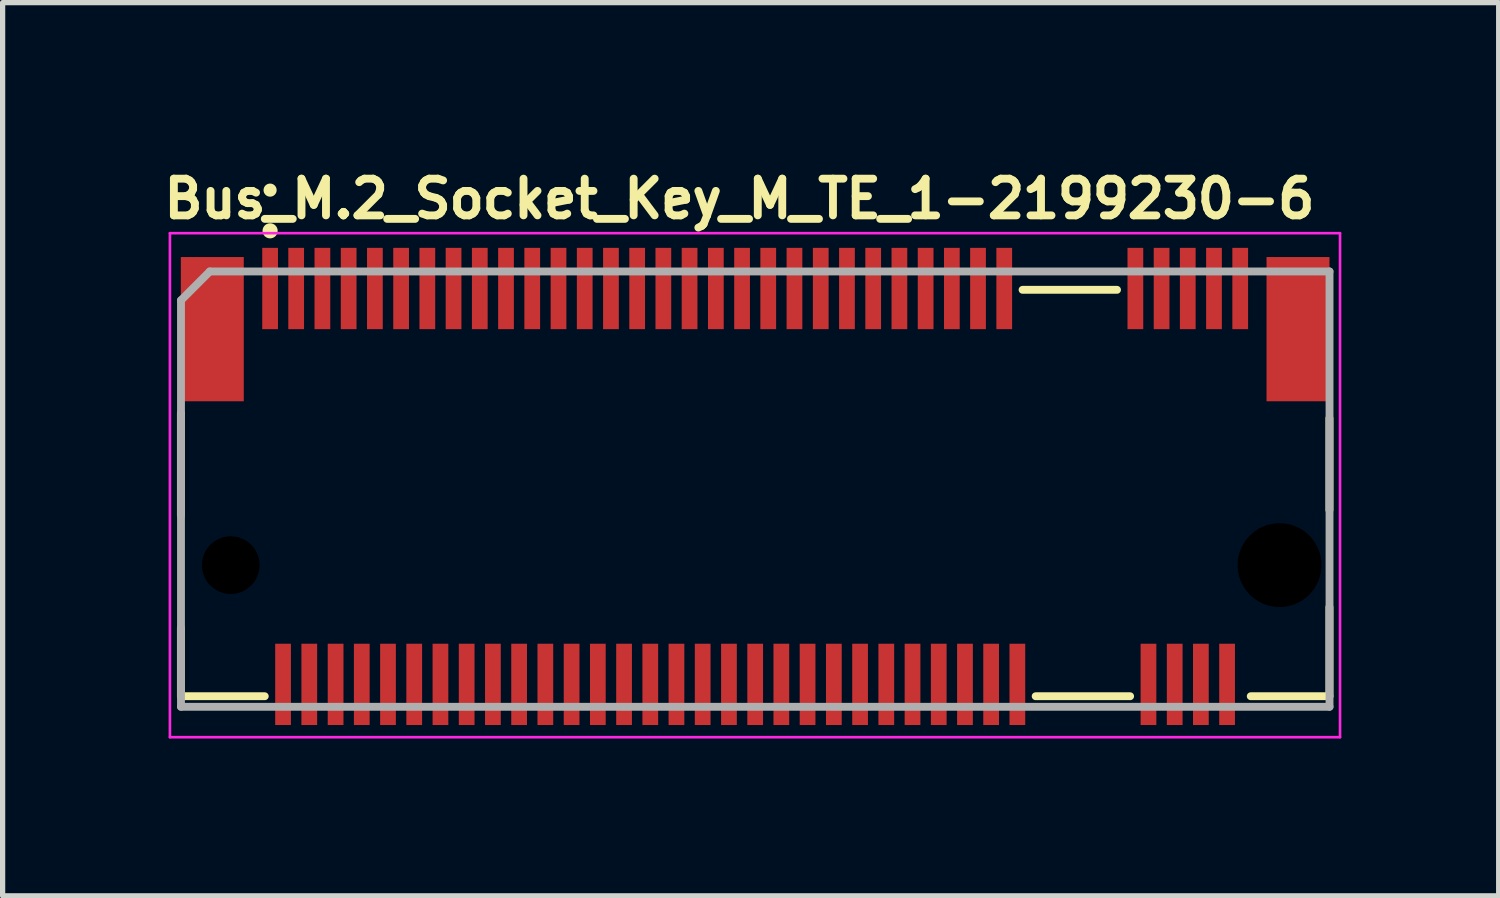
<source format=kicad_pcb>
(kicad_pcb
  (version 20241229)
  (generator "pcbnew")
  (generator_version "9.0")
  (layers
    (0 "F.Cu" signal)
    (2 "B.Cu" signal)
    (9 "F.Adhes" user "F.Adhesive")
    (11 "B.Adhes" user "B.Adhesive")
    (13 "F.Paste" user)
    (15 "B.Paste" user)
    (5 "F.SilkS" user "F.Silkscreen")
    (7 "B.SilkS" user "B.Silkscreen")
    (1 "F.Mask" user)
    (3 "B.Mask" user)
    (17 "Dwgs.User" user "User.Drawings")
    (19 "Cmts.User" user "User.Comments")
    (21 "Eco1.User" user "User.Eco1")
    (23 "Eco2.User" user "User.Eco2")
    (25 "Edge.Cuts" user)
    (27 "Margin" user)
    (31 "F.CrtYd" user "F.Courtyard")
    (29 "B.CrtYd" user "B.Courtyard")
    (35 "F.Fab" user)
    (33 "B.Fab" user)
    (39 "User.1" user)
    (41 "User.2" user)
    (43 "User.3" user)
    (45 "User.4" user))
  (footprint "Bus_M.2_Socket_Key_M_TE_1-2199230-6"
    (layer "F.Cu")
    (at 11.35 6.226)
    (property "Reference" "Bus_M.2_Socket_Key_M_TE_1-2199230-6" (at -11.35 -5.076 0) (layer "F.SilkS") (effects (font (size 0.7 0.7) (thickness 0.15)) (justify left bottom)))
    (attr smd)
    (fp_line (start -10.951 -1.401) (end -10.951 0.55) (stroke (width 0.15) (type solid)) (layer "F.SilkS"))
    (fp_line (start -10.951 2.7) (end -10.951 3.999) (stroke (width 0.15) (type solid)) (layer "F.SilkS"))
    (fp_line (start -10.951 3.999) (end -9.352 3.999) (stroke (width 0.15) (type solid)) (layer "F.SilkS"))
    (fp_line (start 5.097 -3.75) (end 6.898 -3.75) (stroke (width 0.15) (type solid)) (layer "F.SilkS"))
    (fp_line (start 5.347 3.999) (end 7.148 3.999) (stroke (width 0.15) (type solid)) (layer "F.SilkS"))
    (fp_line (start 9.448 3.999) (end 10.948 3.999) (stroke (width 0.15) (type solid)) (layer "F.SilkS"))
    (fp_line (start 10.948 0.449) (end 10.948 -1.301) (stroke (width 0.15) (type solid)) (layer "F.SilkS"))
    (fp_line (start 10.948 3.999) (end 10.948 2.3) (stroke (width 0.15) (type solid)) (layer "F.SilkS"))
    (fp_circle (center -9.25 -5.651) (end -9.2 -5.651) (stroke (width 0.15) (type solid)) (fill yes) (layer "F.SilkS"))
    (fp_circle (center -9.25 -4.875) (end -9.201 -4.826) (stroke (width 0.15) (type solid)) (fill yes) (layer "F.SilkS"))
    (fp_line (start -11.16 -4.83) (end -11.16 4.78) (stroke (width 0.05) (type solid)) (layer "F.CrtYd"))
    (fp_line (start -11.16 4.78) (end 11.15 4.78) (stroke (width 0.05) (type solid)) (layer "F.CrtYd"))
    (fp_line (start 11.15 -4.83) (end -11.16 -4.83) (stroke (width 0.05) (type solid)) (layer "F.CrtYd"))
    (fp_line (start 11.15 4.78) (end 11.15 -4.83) (stroke (width 0.05) (type solid)) (layer "F.CrtYd"))
    (fp_line (start -10.949 -3.55) (end -10.4 -4.1) (stroke (width 0.15) (type solid)) (layer "F.Fab"))
    (fp_line (start -10.949 4.2) (end -10.949 -3.55) (stroke (width 0.15) (type solid)) (layer "F.Fab"))
    (fp_line (start -10.4 -4.1) (end 10.95 -4.1) (stroke (width 0.15) (type solid)) (layer "F.Fab"))
    (fp_line (start 10.95 -4.1) (end 10.95 4.2) (stroke (width 0.15) (type solid)) (layer "F.Fab"))
    (fp_line (start 10.95 4.2) (end -10.949 4.2) (stroke (width 0.15) (type solid)) (layer "F.Fab"))
    (fp_rect (start -10.951 -4.351) (end 10.948 4.349) (stroke (width 0.1) (type solid)) (fill no) (layer "User.5"))
    (fp_rect (start -10.951 -4.351) (end 10.948 4.349) (stroke (width 0.1) (type solid)) (fill no) (layer "User.5"))
    (fp_line (start -10.951 -3.75) (end -10.951 1.749) (stroke (width 0.02) (type solid)) (layer "User.9"))
    (fp_line (start -10.951 -3.75) (end 10.948 -3.75) (stroke (width 0.02) (type solid)) (layer "User.9"))
    (fp_line (start -10.951 2.182) (end -10.951 1.749) (stroke (width 0.02) (type solid)) (layer "User.9"))
    (fp_line (start -10.951 2.182) (end -10.951 2.182) (stroke (width 0.02) (type solid)) (layer "User.9"))
    (fp_line (start -10.951 2.371) (end -10.951 2.182) (stroke (width 0.02) (type solid)) (layer "User.9"))
    (fp_line (start -10.951 2.371) (end -10.951 2.371) (stroke (width 0.02) (type solid)) (layer "User.9"))
    (fp_line (start -10.951 2.456) (end -10.951 2.371) (stroke (width 0.02) (type solid)) (layer "User.9"))
    (fp_line (start -10.951 2.456) (end -10.951 2.456) (stroke (width 0.02) (type solid)) (layer "User.9"))
    (fp_line (start -10.951 2.53) (end -10.951 2.456) (stroke (width 0.02) (type solid)) (layer "User.9"))
    (fp_line (start -10.951 2.53) (end -10.951 2.53) (stroke (width 0.02) (type solid)) (layer "User.9"))
    (fp_line (start -10.951 2.596) (end -10.951 2.53) (stroke (width 0.02) (type solid)) (layer "User.9"))
    (fp_line (start -10.951 2.596) (end -10.951 2.596) (stroke (width 0.02) (type solid)) (layer "User.9"))
    (fp_line (start -10.951 2.648) (end -10.951 2.596) (stroke (width 0.02) (type solid)) (layer "User.9"))
    (fp_line (start -10.951 2.648) (end -10.951 2.648) (stroke (width 0.02) (type solid)) (layer "User.9"))
    (fp_line (start -10.951 2.692) (end -10.951 2.648) (stroke (width 0.02) (type solid)) (layer "User.9"))
    (fp_line (start -10.951 2.692) (end -10.951 2.692) (stroke (width 0.02) (type solid)) (layer "User.9"))
    (fp_line (start -10.951 2.724) (end -10.951 2.692) (stroke (width 0.02) (type solid)) (layer "User.9"))
    (fp_line (start -10.951 2.724) (end -10.951 2.724) (stroke (width 0.02) (type solid)) (layer "User.9"))
    (fp_line (start -10.951 2.741) (end -10.951 2.724) (stroke (width 0.02) (type solid)) (layer "User.9"))
    (fp_line (start -10.951 2.741) (end -10.951 2.741) (stroke (width 0.02) (type solid)) (layer "User.9"))
    (fp_line (start -10.951 2.749) (end -10.951 2.741) (stroke (width 0.02) (type solid)) (layer "User.9"))
    (fp_line (start -10.951 2.749) (end -10.576 2.749) (stroke (width 0.02) (type solid)) (layer "User.9"))
    (fp_line (start -10.576 1.749) (end 6.073 1.749) (stroke (width 0.02) (type solid)) (layer "User.9"))
    (fp_line (start -10.576 2.749) (end -10.551 2.748) (stroke (width 0.02) (type solid)) (layer "User.9"))
    (fp_line (start -10.551 2.748) (end -10.526 2.746) (stroke (width 0.02) (type solid)) (layer "User.9"))
    (fp_line (start -10.526 2.746) (end -10.503 2.742) (stroke (width 0.02) (type solid)) (layer "User.9"))
    (fp_line (start -10.503 2.742) (end -10.478 2.74) (stroke (width 0.02) (type solid)) (layer "User.9"))
    (fp_line (start -10.478 2.74) (end -10.455 2.733) (stroke (width 0.02) (type solid)) (layer "User.9"))
    (fp_line (start -10.455 2.733) (end -10.43 2.726) (stroke (width 0.02) (type solid)) (layer "User.9"))
    (fp_line (start -10.43 2.726) (end -10.408 2.718) (stroke (width 0.02) (type solid)) (layer "User.9"))
    (fp_line (start -10.408 2.718) (end -10.385 2.709) (stroke (width 0.02) (type solid)) (layer "User.9"))
    (fp_line (start -10.385 2.709) (end -10.363 2.701) (stroke (width 0.02) (type solid)) (layer "User.9"))
    (fp_line (start -10.363 2.701) (end -10.342 2.69) (stroke (width 0.02) (type solid)) (layer "User.9"))
    (fp_line (start -10.342 2.69) (end -10.32 2.677) (stroke (width 0.02) (type solid)) (layer "User.9"))
    (fp_line (start -10.32 2.677) (end -10.299 2.664) (stroke (width 0.02) (type solid)) (layer "User.9"))
    (fp_line (start -10.299 2.664) (end -10.279 2.651) (stroke (width 0.02) (type solid)) (layer "User.9"))
    (fp_line (start -10.279 2.651) (end -10.26 2.636) (stroke (width 0.02) (type solid)) (layer "User.9"))
    (fp_line (start -10.26 2.636) (end -10.24 2.62) (stroke (width 0.02) (type solid)) (layer "User.9"))
    (fp_line (start -10.24 2.62) (end -10.222 2.601) (stroke (width 0.02) (type solid)) (layer "User.9"))
    (fp_line (start -10.222 2.601) (end -10.222 2.601) (stroke (width 0.02) (type solid)) (layer "User.9"))
    (fp_line (start -10.222 2.601) (end -10.206 2.584) (stroke (width 0.02) (type solid)) (layer "User.9"))
    (fp_line (start -10.206 2.584) (end -10.19 2.565) (stroke (width 0.02) (type solid)) (layer "User.9"))
    (fp_line (start -10.19 2.565) (end -10.176 2.546) (stroke (width 0.02) (type solid)) (layer "User.9"))
    (fp_line (start -10.176 2.546) (end -10.161 2.527) (stroke (width 0.02) (type solid)) (layer "User.9"))
    (fp_line (start -10.161 2.527) (end -10.147 2.504) (stroke (width 0.02) (type solid)) (layer "User.9"))
    (fp_line (start -10.147 2.504) (end -10.135 2.483) (stroke (width 0.02) (type solid)) (layer "User.9"))
    (fp_line (start -10.135 2.483) (end -10.123 2.463) (stroke (width 0.02) (type solid)) (layer "User.9"))
    (fp_line (start -10.123 2.463) (end -10.115 2.44) (stroke (width 0.02) (type solid)) (layer "User.9"))
    (fp_line (start -10.115 2.44) (end -10.106 2.418) (stroke (width 0.02) (type solid)) (layer "User.9"))
    (fp_line (start -10.106 2.418) (end -10.097 2.394) (stroke (width 0.02) (type solid)) (layer "User.9"))
    (fp_line (start -10.097 2.394) (end -10.092 2.37) (stroke (width 0.02) (type solid)) (layer "User.9"))
    (fp_line (start -10.092 2.37) (end -10.086 2.347) (stroke (width 0.02) (type solid)) (layer "User.9"))
    (fp_line (start -10.086 2.347) (end -10.083 2.322) (stroke (width 0.02) (type solid)) (layer "User.9"))
    (fp_line (start -10.083 2.322) (end -10.08 2.297) (stroke (width 0.02) (type solid)) (layer "User.9"))
    (fp_line (start -10.08 2.297) (end -10.077 2.273) (stroke (width 0.02) (type solid)) (layer "User.9"))
    (fp_line (start -10.077 2.101) (end -10.077 1.749) (stroke (width 0.02) (type solid)) (layer "User.9"))
    (fp_line (start -10.077 2.101) (end -10.077 2.101) (stroke (width 0.02) (type solid)) (layer "User.9"))
    (fp_line (start -10.077 2.249) (end -10.077 2.101) (stroke (width 0.02) (type solid)) (layer "User.9"))
    (fp_line (start -10.077 2.273) (end -10.077 2.249) (stroke (width 0.02) (type solid)) (layer "User.9"))
    (fp_line (start -9.551 -3.222) (end -8.952 -3.222) (stroke (width 0.02) (type solid)) (layer "User.9"))
    (fp_line (start -9.5 1.749) (end -9.5 3.999) (stroke (width 0.02) (type solid)) (layer "User.9"))
    (fp_line (start -9.5 2.749) (end -10.576 2.749) (stroke (width 0.02) (type solid)) (layer "User.9"))
    (fp_line (start -9.5 3.999) (end 5.342 3.999) (stroke (width 0.02) (type solid)) (layer "User.9"))
    (fp_line (start -9.326 -4.351) (end -9.326 -3.851) (stroke (width 0.02) (type solid)) (layer "User.9"))
    (fp_line (start -9.326 -4.351) (end -9.177 -4.351) (stroke (width 0.02) (type solid)) (layer "User.9"))
    (fp_line (start -9.326 -3.851) (end -9.326 -3.75) (stroke (width 0.02) (type solid)) (layer "User.9"))
    (fp_line (start -9.25 -3.741) (end -9.551 -3.222) (stroke (width 0.02) (type solid)) (layer "User.9"))
    (fp_line (start -9.177 -4.351) (end -9.177 -3.851) (stroke (width 0.02) (type solid)) (layer "User.9"))
    (fp_line (start -9.177 -3.851) (end -9.177 -3.75) (stroke (width 0.02) (type solid)) (layer "User.9"))
    (fp_line (start -9.096 2.249) (end -9.076 1.979) (stroke (width 0.02) (type solid)) (layer "User.9"))
    (fp_line (start -9.096 2.249) (end -8.907 2.249) (stroke (width 0.02) (type solid)) (layer "User.9"))
    (fp_line (start -9.076 1.749) (end -9.076 1.796) (stroke (width 0.02) (type solid)) (layer "User.9"))
    (fp_line (start -9.076 1.902) (end -9.076 1.796) (stroke (width 0.02) (type solid)) (layer "User.9"))
    (fp_line (start -9.076 1.902) (end -9.076 1.979) (stroke (width 0.02) (type solid)) (layer "User.9"))
    (fp_line (start -9.076 3.999) (end -9.076 4.349) (stroke (width 0.02) (type solid)) (layer "User.9"))
    (fp_line (start -9.076 4.349) (end -8.926 4.349) (stroke (width 0.02) (type solid)) (layer "User.9"))
    (fp_line (start -8.952 -3.222) (end -9.25 -3.741) (stroke (width 0.02) (type solid)) (layer "User.9"))
    (fp_line (start -8.926 1.749) (end -8.926 1.796) (stroke (width 0.02) (type solid)) (layer "User.9"))
    (fp_line (start -8.926 1.902) (end -8.926 1.796) (stroke (width 0.02) (type solid)) (layer "User.9"))
    (fp_line (start -8.926 1.902) (end -8.926 1.979) (stroke (width 0.02) (type solid)) (layer "User.9"))
    (fp_line (start -8.926 3.999) (end -8.926 4.349) (stroke (width 0.02) (type solid)) (layer "User.9"))
    (fp_line (start -8.907 2.249) (end -8.926 1.979) (stroke (width 0.02) (type solid)) (layer "User.9"))
    (fp_line (start -8.827 -4.351) (end -8.827 -3.851) (stroke (width 0.02) (type solid)) (layer "User.9"))
    (fp_line (start -8.827 -4.351) (end -8.676 -4.351) (stroke (width 0.02) (type solid)) (layer "User.9"))
    (fp_line (start -8.827 -3.851) (end -8.827 -3.75) (stroke (width 0.02) (type solid)) (layer "User.9"))
    (fp_line (start -8.676 -4.351) (end -8.676 -3.851) (stroke (width 0.02) (type solid)) (layer "User.9"))
    (fp_line (start -8.676 -3.851) (end -8.676 -3.75) (stroke (width 0.02) (type solid)) (layer "User.9"))
    (fp_line (start -8.594 2.249) (end -8.576 1.979) (stroke (width 0.02) (type solid)) (layer "User.9"))
    (fp_line (start -8.594 2.249) (end -8.408 2.249) (stroke (width 0.02) (type solid)) (layer "User.9"))
    (fp_line (start -8.576 1.749) (end -8.576 1.796) (stroke (width 0.02) (type solid)) (layer "User.9"))
    (fp_line (start -8.576 1.902) (end -8.576 1.796) (stroke (width 0.02) (type solid)) (layer "User.9"))
    (fp_line (start -8.576 1.902) (end -8.576 1.979) (stroke (width 0.02) (type solid)) (layer "User.9"))
    (fp_line (start -8.576 3.999) (end -8.576 4.349) (stroke (width 0.02) (type solid)) (layer "User.9"))
    (fp_line (start -8.576 4.349) (end -8.426 4.349) (stroke (width 0.02) (type solid)) (layer "User.9"))
    (fp_line (start -8.426 1.749) (end -8.426 1.796) (stroke (width 0.02) (type solid)) (layer "User.9"))
    (fp_line (start -8.426 1.902) (end -8.426 1.796) (stroke (width 0.02) (type solid)) (layer "User.9"))
    (fp_line (start -8.426 1.902) (end -8.426 1.979) (stroke (width 0.02) (type solid)) (layer "User.9"))
    (fp_line (start -8.426 3.999) (end -8.426 4.349) (stroke (width 0.02) (type solid)) (layer "User.9"))
    (fp_line (start -8.408 2.249) (end -8.426 1.979) (stroke (width 0.02) (type solid)) (layer "User.9"))
    (fp_line (start -8.325 -4.351) (end -8.325 -3.851) (stroke (width 0.02) (type solid)) (layer "User.9"))
    (fp_line (start -8.325 -4.351) (end -8.176 -4.351) (stroke (width 0.02) (type solid)) (layer "User.9"))
    (fp_line (start -8.325 -3.851) (end -8.325 -3.75) (stroke (width 0.02) (type solid)) (layer "User.9"))
    (fp_line (start -8.176 -4.351) (end -8.176 -3.851) (stroke (width 0.02) (type solid)) (layer "User.9"))
    (fp_line (start -8.176 -3.851) (end -8.176 -3.75) (stroke (width 0.02) (type solid)) (layer "User.9"))
    (fp_line (start -8.096 2.249) (end -8.075 1.979) (stroke (width 0.02) (type solid)) (layer "User.9"))
    (fp_line (start -8.096 2.249) (end -7.909 2.249) (stroke (width 0.02) (type solid)) (layer "User.9"))
    (fp_line (start -8.075 1.749) (end -8.075 1.796) (stroke (width 0.02) (type solid)) (layer "User.9"))
    (fp_line (start -8.075 1.902) (end -8.075 1.796) (stroke (width 0.02) (type solid)) (layer "User.9"))
    (fp_line (start -8.075 1.902) (end -8.075 1.979) (stroke (width 0.02) (type solid)) (layer "User.9"))
    (fp_line (start -8.075 3.999) (end -8.075 4.349) (stroke (width 0.02) (type solid)) (layer "User.9"))
    (fp_line (start -8.075 4.349) (end -7.926 4.349) (stroke (width 0.02) (type solid)) (layer "User.9"))
    (fp_line (start -7.926 1.749) (end -7.926 1.796) (stroke (width 0.02) (type solid)) (layer "User.9"))
    (fp_line (start -7.926 1.902) (end -7.926 1.796) (stroke (width 0.02) (type solid)) (layer "User.9"))
    (fp_line (start -7.926 1.902) (end -7.926 1.979) (stroke (width 0.02) (type solid)) (layer "User.9"))
    (fp_line (start -7.926 3.999) (end -7.926 4.349) (stroke (width 0.02) (type solid)) (layer "User.9"))
    (fp_line (start -7.909 2.249) (end -7.926 1.979) (stroke (width 0.02) (type solid)) (layer "User.9"))
    (fp_line (start -7.827 -4.351) (end -7.827 -3.851) (stroke (width 0.02) (type solid)) (layer "User.9"))
    (fp_line (start -7.827 -4.351) (end -7.676 -4.351) (stroke (width 0.02) (type solid)) (layer "User.9"))
    (fp_line (start -7.827 -3.851) (end -7.827 -3.75) (stroke (width 0.02) (type solid)) (layer "User.9"))
    (fp_line (start -7.676 -4.351) (end -7.676 -3.851) (stroke (width 0.02) (type solid)) (layer "User.9"))
    (fp_line (start -7.676 -3.851) (end -7.676 -3.75) (stroke (width 0.02) (type solid)) (layer "User.9"))
    (fp_line (start -7.595 2.249) (end -7.577 1.979) (stroke (width 0.02) (type solid)) (layer "User.9"))
    (fp_line (start -7.595 2.249) (end -7.409 2.249) (stroke (width 0.02) (type solid)) (layer "User.9"))
    (fp_line (start -7.577 1.749) (end -7.577 1.796) (stroke (width 0.02) (type solid)) (layer "User.9"))
    (fp_line (start -7.577 1.902) (end -7.577 1.796) (stroke (width 0.02) (type solid)) (layer "User.9"))
    (fp_line (start -7.577 1.902) (end -7.577 1.979) (stroke (width 0.02) (type solid)) (layer "User.9"))
    (fp_line (start -7.577 3.999) (end -7.577 4.349) (stroke (width 0.02) (type solid)) (layer "User.9"))
    (fp_line (start -7.577 4.349) (end -7.427 4.349) (stroke (width 0.02) (type solid)) (layer "User.9"))
    (fp_line (start -7.427 1.749) (end -7.427 1.796) (stroke (width 0.02) (type solid)) (layer "User.9"))
    (fp_line (start -7.427 1.902) (end -7.427 1.796) (stroke (width 0.02) (type solid)) (layer "User.9"))
    (fp_line (start -7.427 1.902) (end -7.427 1.979) (stroke (width 0.02) (type solid)) (layer "User.9"))
    (fp_line (start -7.427 3.999) (end -7.427 4.349) (stroke (width 0.02) (type solid)) (layer "User.9"))
    (fp_line (start -7.409 2.249) (end -7.427 1.979) (stroke (width 0.02) (type solid)) (layer "User.9"))
    (fp_line (start -7.327 -4.351) (end -7.327 -3.851) (stroke (width 0.02) (type solid)) (layer "User.9"))
    (fp_line (start -7.327 -4.351) (end -7.175 -4.351) (stroke (width 0.02) (type solid)) (layer "User.9"))
    (fp_line (start -7.327 -3.851) (end -7.327 -3.75) (stroke (width 0.02) (type solid)) (layer "User.9"))
    (fp_line (start -7.175 -4.351) (end -7.175 -3.851) (stroke (width 0.02) (type solid)) (layer "User.9"))
    (fp_line (start -7.175 -3.851) (end -7.175 -3.75) (stroke (width 0.02) (type solid)) (layer "User.9"))
    (fp_line (start -7.095 2.249) (end -7.077 1.979) (stroke (width 0.02) (type solid)) (layer "User.9"))
    (fp_line (start -7.095 2.249) (end -6.909 2.249) (stroke (width 0.02) (type solid)) (layer "User.9"))
    (fp_line (start -7.077 1.749) (end -7.077 1.796) (stroke (width 0.02) (type solid)) (layer "User.9"))
    (fp_line (start -7.077 1.902) (end -7.077 1.796) (stroke (width 0.02) (type solid)) (layer "User.9"))
    (fp_line (start -7.077 1.902) (end -7.077 1.979) (stroke (width 0.02) (type solid)) (layer "User.9"))
    (fp_line (start -7.077 3.999) (end -7.077 4.349) (stroke (width 0.02) (type solid)) (layer "User.9"))
    (fp_line (start -7.077 4.349) (end -6.925 4.349) (stroke (width 0.02) (type solid)) (layer "User.9"))
    (fp_line (start -6.925 1.749) (end -6.925 1.796) (stroke (width 0.02) (type solid)) (layer "User.9"))
    (fp_line (start -6.925 1.902) (end -6.925 1.796) (stroke (width 0.02) (type solid)) (layer "User.9"))
    (fp_line (start -6.925 1.902) (end -6.925 1.979) (stroke (width 0.02) (type solid)) (layer "User.9"))
    (fp_line (start -6.925 3.999) (end -6.925 4.349) (stroke (width 0.02) (type solid)) (layer "User.9"))
    (fp_line (start -6.909 2.249) (end -6.925 1.979) (stroke (width 0.02) (type solid)) (layer "User.9"))
    (fp_line (start -6.827 -4.351) (end -6.827 -3.851) (stroke (width 0.02) (type solid)) (layer "User.9"))
    (fp_line (start -6.827 -4.351) (end -6.675 -4.351) (stroke (width 0.02) (type solid)) (layer "User.9"))
    (fp_line (start -6.827 -3.851) (end -6.827 -3.75) (stroke (width 0.02) (type solid)) (layer "User.9"))
    (fp_line (start -6.675 -4.351) (end -6.675 -3.851) (stroke (width 0.02) (type solid)) (layer "User.9"))
    (fp_line (start -6.675 -3.851) (end -6.675 -3.75) (stroke (width 0.02) (type solid)) (layer "User.9"))
    (fp_line (start -6.595 2.249) (end -6.577 1.979) (stroke (width 0.02) (type solid)) (layer "User.9"))
    (fp_line (start -6.595 2.249) (end -6.409 2.249) (stroke (width 0.02) (type solid)) (layer "User.9"))
    (fp_line (start -6.577 1.749) (end -6.577 1.796) (stroke (width 0.02) (type solid)) (layer "User.9"))
    (fp_line (start -6.577 1.902) (end -6.577 1.796) (stroke (width 0.02) (type solid)) (layer "User.9"))
    (fp_line (start -6.577 1.902) (end -6.577 1.979) (stroke (width 0.02) (type solid)) (layer "User.9"))
    (fp_line (start -6.577 3.999) (end -6.577 4.349) (stroke (width 0.02) (type solid)) (layer "User.9"))
    (fp_line (start -6.577 4.349) (end -6.425 4.349) (stroke (width 0.02) (type solid)) (layer "User.9"))
    (fp_line (start -6.425 1.749) (end -6.425 1.796) (stroke (width 0.02) (type solid)) (layer "User.9"))
    (fp_line (start -6.425 1.902) (end -6.425 1.796) (stroke (width 0.02) (type solid)) (layer "User.9"))
    (fp_line (start -6.425 1.902) (end -6.425 1.979) (stroke (width 0.02) (type solid)) (layer "User.9"))
    (fp_line (start -6.425 3.999) (end -6.425 4.349) (stroke (width 0.02) (type solid)) (layer "User.9"))
    (fp_line (start -6.409 2.249) (end -6.425 1.979) (stroke (width 0.02) (type solid)) (layer "User.9"))
    (fp_line (start -6.327 -4.351) (end -6.327 -3.851) (stroke (width 0.02) (type solid)) (layer "User.9"))
    (fp_line (start -6.327 -4.351) (end -6.175 -4.351) (stroke (width 0.02) (type solid)) (layer "User.9"))
    (fp_line (start -6.327 -3.851) (end -6.327 -3.75) (stroke (width 0.02) (type solid)) (layer "User.9"))
    (fp_line (start -6.175 -4.351) (end -6.175 -3.851) (stroke (width 0.02) (type solid)) (layer "User.9"))
    (fp_line (start -6.175 -3.851) (end -6.175 -3.75) (stroke (width 0.02) (type solid)) (layer "User.9"))
    (fp_line (start -6.095 2.249) (end -6.077 1.979) (stroke (width 0.02) (type solid)) (layer "User.9"))
    (fp_line (start -6.095 2.249) (end -5.909 2.249) (stroke (width 0.02) (type solid)) (layer "User.9"))
    (fp_line (start -6.077 1.749) (end -6.077 1.796) (stroke (width 0.02) (type solid)) (layer "User.9"))
    (fp_line (start -6.077 1.902) (end -6.077 1.796) (stroke (width 0.02) (type solid)) (layer "User.9"))
    (fp_line (start -6.077 1.902) (end -6.077 1.979) (stroke (width 0.02) (type solid)) (layer "User.9"))
    (fp_line (start -6.077 3.999) (end -6.077 4.349) (stroke (width 0.02) (type solid)) (layer "User.9"))
    (fp_line (start -6.077 4.349) (end -5.925 4.349) (stroke (width 0.02) (type solid)) (layer "User.9"))
    (fp_line (start -5.925 1.749) (end -5.925 1.796) (stroke (width 0.02) (type solid)) (layer "User.9"))
    (fp_line (start -5.925 1.902) (end -5.925 1.796) (stroke (width 0.02) (type solid)) (layer "User.9"))
    (fp_line (start -5.925 1.902) (end -5.925 1.979) (stroke (width 0.02) (type solid)) (layer "User.9"))
    (fp_line (start -5.925 3.999) (end -5.925 4.349) (stroke (width 0.02) (type solid)) (layer "User.9"))
    (fp_line (start -5.909 2.249) (end -5.925 1.979) (stroke (width 0.02) (type solid)) (layer "User.9"))
    (fp_line (start -5.827 -4.351) (end -5.827 -3.851) (stroke (width 0.02) (type solid)) (layer "User.9"))
    (fp_line (start -5.827 -4.351) (end -5.675 -4.351) (stroke (width 0.02) (type solid)) (layer "User.9"))
    (fp_line (start -5.827 -3.851) (end -5.827 -3.75) (stroke (width 0.02) (type solid)) (layer "User.9"))
    (fp_line (start -5.675 -4.351) (end -5.675 -3.851) (stroke (width 0.02) (type solid)) (layer "User.9"))
    (fp_line (start -5.675 -3.851) (end -5.675 -3.75) (stroke (width 0.02) (type solid)) (layer "User.9"))
    (fp_line (start -5.595 2.249) (end -5.577 1.979) (stroke (width 0.02) (type solid)) (layer "User.9"))
    (fp_line (start -5.595 2.249) (end -5.409 2.249) (stroke (width 0.02) (type solid)) (layer "User.9"))
    (fp_line (start -5.577 1.749) (end -5.577 1.796) (stroke (width 0.02) (type solid)) (layer "User.9"))
    (fp_line (start -5.577 1.902) (end -5.577 1.796) (stroke (width 0.02) (type solid)) (layer "User.9"))
    (fp_line (start -5.577 1.902) (end -5.577 1.979) (stroke (width 0.02) (type solid)) (layer "User.9"))
    (fp_line (start -5.577 3.999) (end -5.577 4.349) (stroke (width 0.02) (type solid)) (layer "User.9"))
    (fp_line (start -5.577 4.349) (end -5.425 4.349) (stroke (width 0.02) (type solid)) (layer "User.9"))
    (fp_line (start -5.425 1.749) (end -5.425 1.796) (stroke (width 0.02) (type solid)) (layer "User.9"))
    (fp_line (start -5.425 1.902) (end -5.425 1.796) (stroke (width 0.02) (type solid)) (layer "User.9"))
    (fp_line (start -5.425 1.902) (end -5.425 1.979) (stroke (width 0.02) (type solid)) (layer "User.9"))
    (fp_line (start -5.425 3.999) (end -5.425 4.349) (stroke (width 0.02) (type solid)) (layer "User.9"))
    (fp_line (start -5.409 2.249) (end -5.425 1.979) (stroke (width 0.02) (type solid)) (layer "User.9"))
    (fp_line (start -5.327 -4.351) (end -5.327 -3.851) (stroke (width 0.02) (type solid)) (layer "User.9"))
    (fp_line (start -5.327 -4.351) (end -5.175 -4.351) (stroke (width 0.02) (type solid)) (layer "User.9"))
    (fp_line (start -5.327 -3.851) (end -5.327 -3.75) (stroke (width 0.02) (type solid)) (layer "User.9"))
    (fp_line (start -5.175 -4.351) (end -5.175 -3.851) (stroke (width 0.02) (type solid)) (layer "User.9"))
    (fp_line (start -5.175 -3.851) (end -5.175 -3.75) (stroke (width 0.02) (type solid)) (layer "User.9"))
    (fp_line (start -5.095 2.249) (end -5.077 1.979) (stroke (width 0.02) (type solid)) (layer "User.9"))
    (fp_line (start -5.095 2.249) (end -4.909 2.249) (stroke (width 0.02) (type solid)) (layer "User.9"))
    (fp_line (start -5.077 1.749) (end -5.077 1.796) (stroke (width 0.02) (type solid)) (layer "User.9"))
    (fp_line (start -5.077 1.902) (end -5.077 1.796) (stroke (width 0.02) (type solid)) (layer "User.9"))
    (fp_line (start -5.077 1.902) (end -5.077 1.979) (stroke (width 0.02) (type solid)) (layer "User.9"))
    (fp_line (start -5.077 3.999) (end -5.077 4.349) (stroke (width 0.02) (type solid)) (layer "User.9"))
    (fp_line (start -5.077 4.349) (end -4.925 4.349) (stroke (width 0.02) (type solid)) (layer "User.9"))
    (fp_line (start -4.925 1.749) (end -4.925 1.796) (stroke (width 0.02) (type solid)) (layer "User.9"))
    (fp_line (start -4.925 1.902) (end -4.925 1.796) (stroke (width 0.02) (type solid)) (layer "User.9"))
    (fp_line (start -4.925 1.902) (end -4.925 1.979) (stroke (width 0.02) (type solid)) (layer "User.9"))
    (fp_line (start -4.925 3.999) (end -4.925 4.349) (stroke (width 0.02) (type solid)) (layer "User.9"))
    (fp_line (start -4.909 2.249) (end -4.925 1.979) (stroke (width 0.02) (type solid)) (layer "User.9"))
    (fp_line (start -4.827 -4.351) (end -4.827 -3.851) (stroke (width 0.02) (type solid)) (layer "User.9"))
    (fp_line (start -4.827 -4.351) (end -4.675 -4.351) (stroke (width 0.02) (type solid)) (layer "User.9"))
    (fp_line (start -4.827 -3.851) (end -4.827 -3.75) (stroke (width 0.02) (type solid)) (layer "User.9"))
    (fp_line (start -4.675 -4.351) (end -4.675 -3.851) (stroke (width 0.02) (type solid)) (layer "User.9"))
    (fp_line (start -4.675 -3.851) (end -4.675 -3.75) (stroke (width 0.02) (type solid)) (layer "User.9"))
    (fp_line (start -4.595 2.249) (end -4.577 1.979) (stroke (width 0.02) (type solid)) (layer "User.9"))
    (fp_line (start -4.595 2.249) (end -4.409 2.249) (stroke (width 0.02) (type solid)) (layer "User.9"))
    (fp_line (start -4.577 1.749) (end -4.577 1.796) (stroke (width 0.02) (type solid)) (layer "User.9"))
    (fp_line (start -4.577 1.902) (end -4.577 1.796) (stroke (width 0.02) (type solid)) (layer "User.9"))
    (fp_line (start -4.577 1.902) (end -4.577 1.979) (stroke (width 0.02) (type solid)) (layer "User.9"))
    (fp_line (start -4.577 3.999) (end -4.577 4.349) (stroke (width 0.02) (type solid)) (layer "User.9"))
    (fp_line (start -4.577 4.349) (end -4.425 4.349) (stroke (width 0.02) (type solid)) (layer "User.9"))
    (fp_line (start -4.425 1.749) (end -4.425 1.796) (stroke (width 0.02) (type solid)) (layer "User.9"))
    (fp_line (start -4.425 1.902) (end -4.425 1.796) (stroke (width 0.02) (type solid)) (layer "User.9"))
    (fp_line (start -4.425 1.902) (end -4.425 1.979) (stroke (width 0.02) (type solid)) (layer "User.9"))
    (fp_line (start -4.425 3.999) (end -4.425 4.349) (stroke (width 0.02) (type solid)) (layer "User.9"))
    (fp_line (start -4.409 2.249) (end -4.425 1.979) (stroke (width 0.02) (type solid)) (layer "User.9"))
    (fp_line (start -4.327 -4.351) (end -4.327 -3.851) (stroke (width 0.02) (type solid)) (layer "User.9"))
    (fp_line (start -4.327 -4.351) (end -4.175 -4.351) (stroke (width 0.02) (type solid)) (layer "User.9"))
    (fp_line (start -4.327 -3.851) (end -4.327 -3.75) (stroke (width 0.02) (type solid)) (layer "User.9"))
    (fp_line (start -4.175 -4.351) (end -4.175 -3.851) (stroke (width 0.02) (type solid)) (layer "User.9"))
    (fp_line (start -4.175 -3.851) (end -4.175 -3.75) (stroke (width 0.02) (type solid)) (layer "User.9"))
    (fp_line (start -4.095 2.249) (end -4.077 1.979) (stroke (width 0.02) (type solid)) (layer "User.9"))
    (fp_line (start -4.095 2.249) (end -3.908 2.249) (stroke (width 0.02) (type solid)) (layer "User.9"))
    (fp_line (start -4.077 1.749) (end -4.077 1.796) (stroke (width 0.02) (type solid)) (layer "User.9"))
    (fp_line (start -4.077 1.902) (end -4.077 1.796) (stroke (width 0.02) (type solid)) (layer "User.9"))
    (fp_line (start -4.077 1.902) (end -4.077 1.979) (stroke (width 0.02) (type solid)) (layer "User.9"))
    (fp_line (start -4.077 3.999) (end -4.077 4.349) (stroke (width 0.02) (type solid)) (layer "User.9"))
    (fp_line (start -4.077 4.349) (end -3.926 4.349) (stroke (width 0.02) (type solid)) (layer "User.9"))
    (fp_line (start -3.926 1.749) (end -3.926 1.796) (stroke (width 0.02) (type solid)) (layer "User.9"))
    (fp_line (start -3.926 1.902) (end -3.926 1.796) (stroke (width 0.02) (type solid)) (layer "User.9"))
    (fp_line (start -3.926 1.902) (end -3.926 1.979) (stroke (width 0.02) (type solid)) (layer "User.9"))
    (fp_line (start -3.926 3.999) (end -3.926 4.349) (stroke (width 0.02) (type solid)) (layer "User.9"))
    (fp_line (start -3.908 2.249) (end -3.926 1.979) (stroke (width 0.02) (type solid)) (layer "User.9"))
    (fp_line (start -3.826 -4.351) (end -3.826 -3.851) (stroke (width 0.02) (type solid)) (layer "User.9"))
    (fp_line (start -3.826 -4.351) (end -3.676 -4.351) (stroke (width 0.02) (type solid)) (layer "User.9"))
    (fp_line (start -3.826 -3.851) (end -3.826 -3.75) (stroke (width 0.02) (type solid)) (layer "User.9"))
    (fp_line (start -3.676 -4.351) (end -3.676 -3.851) (stroke (width 0.02) (type solid)) (layer "User.9"))
    (fp_line (start -3.676 -3.851) (end -3.676 -3.75) (stroke (width 0.02) (type solid)) (layer "User.9"))
    (fp_line (start -3.596 2.249) (end -3.576 1.979) (stroke (width 0.02) (type solid)) (layer "User.9"))
    (fp_line (start -3.596 2.249) (end -3.408 2.249) (stroke (width 0.02) (type solid)) (layer "User.9"))
    (fp_line (start -3.576 1.749) (end -3.576 1.796) (stroke (width 0.02) (type solid)) (layer "User.9"))
    (fp_line (start -3.576 1.902) (end -3.576 1.796) (stroke (width 0.02) (type solid)) (layer "User.9"))
    (fp_line (start -3.576 1.902) (end -3.576 1.979) (stroke (width 0.02) (type solid)) (layer "User.9"))
    (fp_line (start -3.576 3.999) (end -3.576 4.349) (stroke (width 0.02) (type solid)) (layer "User.9"))
    (fp_line (start -3.576 4.349) (end -3.426 4.349) (stroke (width 0.02) (type solid)) (layer "User.9"))
    (fp_line (start -3.426 1.749) (end -3.426 1.796) (stroke (width 0.02) (type solid)) (layer "User.9"))
    (fp_line (start -3.426 1.902) (end -3.426 1.796) (stroke (width 0.02) (type solid)) (layer "User.9"))
    (fp_line (start -3.426 1.902) (end -3.426 1.979) (stroke (width 0.02) (type solid)) (layer "User.9"))
    (fp_line (start -3.426 3.999) (end -3.426 4.349) (stroke (width 0.02) (type solid)) (layer "User.9"))
    (fp_line (start -3.408 2.249) (end -3.426 1.979) (stroke (width 0.02) (type solid)) (layer "User.9"))
    (fp_line (start -3.326 -4.351) (end -3.326 -3.851) (stroke (width 0.02) (type solid)) (layer "User.9"))
    (fp_line (start -3.326 -4.351) (end -3.176 -4.351) (stroke (width 0.02) (type solid)) (layer "User.9"))
    (fp_line (start -3.326 -3.851) (end -3.326 -3.75) (stroke (width 0.02) (type solid)) (layer "User.9"))
    (fp_line (start -3.176 -4.351) (end -3.176 -3.851) (stroke (width 0.02) (type solid)) (layer "User.9"))
    (fp_line (start -3.176 -3.851) (end -3.176 -3.75) (stroke (width 0.02) (type solid)) (layer "User.9"))
    (fp_line (start -3.096 2.249) (end -3.077 1.979) (stroke (width 0.02) (type solid)) (layer "User.9"))
    (fp_line (start -3.096 2.249) (end -2.908 2.249) (stroke (width 0.02) (type solid)) (layer "User.9"))
    (fp_line (start -3.077 1.749) (end -3.077 1.796) (stroke (width 0.02) (type solid)) (layer "User.9"))
    (fp_line (start -3.077 1.902) (end -3.077 1.796) (stroke (width 0.02) (type solid)) (layer "User.9"))
    (fp_line (start -3.077 1.902) (end -3.077 1.979) (stroke (width 0.02) (type solid)) (layer "User.9"))
    (fp_line (start -3.077 3.999) (end -3.077 4.349) (stroke (width 0.02) (type solid)) (layer "User.9"))
    (fp_line (start -3.077 4.349) (end -2.926 4.349) (stroke (width 0.02) (type solid)) (layer "User.9"))
    (fp_line (start -2.926 1.749) (end -2.926 1.796) (stroke (width 0.02) (type solid)) (layer "User.9"))
    (fp_line (start -2.926 1.902) (end -2.926 1.796) (stroke (width 0.02) (type solid)) (layer "User.9"))
    (fp_line (start -2.926 1.902) (end -2.926 1.979) (stroke (width 0.02) (type solid)) (layer "User.9"))
    (fp_line (start -2.926 3.999) (end -2.926 4.349) (stroke (width 0.02) (type solid)) (layer "User.9"))
    (fp_line (start -2.908 2.249) (end -2.926 1.979) (stroke (width 0.02) (type solid)) (layer "User.9"))
    (fp_line (start -2.827 -4.351) (end -2.827 -3.851) (stroke (width 0.02) (type solid)) (layer "User.9"))
    (fp_line (start -2.827 -4.351) (end -2.676 -4.351) (stroke (width 0.02) (type solid)) (layer "User.9"))
    (fp_line (start -2.827 -3.851) (end -2.827 -3.75) (stroke (width 0.02) (type solid)) (layer "User.9"))
    (fp_line (start -2.676 -4.351) (end -2.676 -3.851) (stroke (width 0.02) (type solid)) (layer "User.9"))
    (fp_line (start -2.676 -3.851) (end -2.676 -3.75) (stroke (width 0.02) (type solid)) (layer "User.9"))
    (fp_line (start -2.594 2.249) (end -2.577 1.979) (stroke (width 0.02) (type solid)) (layer "User.9"))
    (fp_line (start -2.594 2.249) (end -2.408 2.249) (stroke (width 0.02) (type solid)) (layer "User.9"))
    (fp_line (start -2.577 1.749) (end -2.577 1.796) (stroke (width 0.02) (type solid)) (layer "User.9"))
    (fp_line (start -2.577 1.902) (end -2.577 1.796) (stroke (width 0.02) (type solid)) (layer "User.9"))
    (fp_line (start -2.577 1.902) (end -2.577 1.979) (stroke (width 0.02) (type solid)) (layer "User.9"))
    (fp_line (start -2.577 3.999) (end -2.577 4.349) (stroke (width 0.02) (type solid)) (layer "User.9"))
    (fp_line (start -2.577 4.349) (end -2.426 4.349) (stroke (width 0.02) (type solid)) (layer "User.9"))
    (fp_line (start -2.426 1.749) (end -2.426 1.796) (stroke (width 0.02) (type solid)) (layer "User.9"))
    (fp_line (start -2.426 1.902) (end -2.426 1.796) (stroke (width 0.02) (type solid)) (layer "User.9"))
    (fp_line (start -2.426 1.902) (end -2.426 1.979) (stroke (width 0.02) (type solid)) (layer "User.9"))
    (fp_line (start -2.426 3.999) (end -2.426 4.349) (stroke (width 0.02) (type solid)) (layer "User.9"))
    (fp_line (start -2.408 2.249) (end -2.426 1.979) (stroke (width 0.02) (type solid)) (layer "User.9"))
    (fp_line (start -2.327 -4.351) (end -2.327 -3.851) (stroke (width 0.02) (type solid)) (layer "User.9"))
    (fp_line (start -2.327 -4.351) (end -2.176 -4.351) (stroke (width 0.02) (type solid)) (layer "User.9"))
    (fp_line (start -2.327 -3.851) (end -2.327 -3.75) (stroke (width 0.02) (type solid)) (layer "User.9"))
    (fp_line (start -2.176 -4.351) (end -2.176 -3.851) (stroke (width 0.02) (type solid)) (layer "User.9"))
    (fp_line (start -2.176 -3.851) (end -2.176 -3.75) (stroke (width 0.02) (type solid)) (layer "User.9"))
    (fp_line (start -2.094 2.249) (end -2.077 1.979) (stroke (width 0.02) (type solid)) (layer "User.9"))
    (fp_line (start -2.094 2.249) (end -1.909 2.249) (stroke (width 0.02) (type solid)) (layer "User.9"))
    (fp_line (start -2.077 1.749) (end -2.077 1.796) (stroke (width 0.02) (type solid)) (layer "User.9"))
    (fp_line (start -2.077 1.902) (end -2.077 1.796) (stroke (width 0.02) (type solid)) (layer "User.9"))
    (fp_line (start -2.077 1.902) (end -2.077 1.979) (stroke (width 0.02) (type solid)) (layer "User.9"))
    (fp_line (start -2.077 3.999) (end -2.077 4.349) (stroke (width 0.02) (type solid)) (layer "User.9"))
    (fp_line (start -2.077 4.349) (end -1.926 4.349) (stroke (width 0.02) (type solid)) (layer "User.9"))
    (fp_line (start -1.926 1.749) (end -1.926 1.796) (stroke (width 0.02) (type solid)) (layer "User.9"))
    (fp_line (start -1.926 1.902) (end -1.926 1.796) (stroke (width 0.02) (type solid)) (layer "User.9"))
    (fp_line (start -1.926 1.902) (end -1.926 1.979) (stroke (width 0.02) (type solid)) (layer "User.9"))
    (fp_line (start -1.926 3.999) (end -1.926 4.349) (stroke (width 0.02) (type solid)) (layer "User.9"))
    (fp_line (start -1.909 2.249) (end -1.926 1.979) (stroke (width 0.02) (type solid)) (layer "User.9"))
    (fp_line (start -1.827 -4.351) (end -1.827 -3.851) (stroke (width 0.02) (type solid)) (layer "User.9"))
    (fp_line (start -1.827 -4.351) (end -1.676 -4.351) (stroke (width 0.02) (type solid)) (layer "User.9"))
    (fp_line (start -1.827 -3.851) (end -1.827 -3.75) (stroke (width 0.02) (type solid)) (layer "User.9"))
    (fp_line (start -1.676 -4.351) (end -1.676 -3.851) (stroke (width 0.02) (type solid)) (layer "User.9"))
    (fp_line (start -1.676 -3.851) (end -1.676 -3.75) (stroke (width 0.02) (type solid)) (layer "User.9"))
    (fp_line (start -1.595 2.249) (end -1.577 1.979) (stroke (width 0.02) (type solid)) (layer "User.9"))
    (fp_line (start -1.595 2.249) (end -1.408 2.249) (stroke (width 0.02) (type solid)) (layer "User.9"))
    (fp_line (start -1.577 1.749) (end -1.577 1.796) (stroke (width 0.02) (type solid)) (layer "User.9"))
    (fp_line (start -1.577 1.902) (end -1.577 1.796) (stroke (width 0.02) (type solid)) (layer "User.9"))
    (fp_line (start -1.577 1.902) (end -1.577 1.979) (stroke (width 0.02) (type solid)) (layer "User.9"))
    (fp_line (start -1.577 3.999) (end -1.577 4.349) (stroke (width 0.02) (type solid)) (layer "User.9"))
    (fp_line (start -1.577 4.349) (end -1.426 4.349) (stroke (width 0.02) (type solid)) (layer "User.9"))
    (fp_line (start -1.426 1.749) (end -1.426 1.796) (stroke (width 0.02) (type solid)) (layer "User.9"))
    (fp_line (start -1.426 1.902) (end -1.426 1.796) (stroke (width 0.02) (type solid)) (layer "User.9"))
    (fp_line (start -1.426 1.902) (end -1.426 1.979) (stroke (width 0.02) (type solid)) (layer "User.9"))
    (fp_line (start -1.426 3.999) (end -1.426 4.349) (stroke (width 0.02) (type solid)) (layer "User.9"))
    (fp_line (start -1.408 2.249) (end -1.426 1.979) (stroke (width 0.02) (type solid)) (layer "User.9"))
    (fp_line (start -1.327 -4.351) (end -1.327 -3.851) (stroke (width 0.02) (type solid)) (layer "User.9"))
    (fp_line (start -1.327 -4.351) (end -1.178 -4.351) (stroke (width 0.02) (type solid)) (layer "User.9"))
    (fp_line (start -1.327 -3.851) (end -1.327 -3.75) (stroke (width 0.02) (type solid)) (layer "User.9"))
    (fp_line (start -1.178 -4.351) (end -1.178 -3.851) (stroke (width 0.02) (type solid)) (layer "User.9"))
    (fp_line (start -1.178 -3.851) (end -1.178 -3.75) (stroke (width 0.02) (type solid)) (layer "User.9"))
    (fp_line (start -1.095 2.249) (end -1.075 1.979) (stroke (width 0.02) (type solid)) (layer "User.9"))
    (fp_line (start -1.095 2.249) (end -0.909 2.249) (stroke (width 0.02) (type solid)) (layer "User.9"))
    (fp_line (start -1.075 1.749) (end -1.075 1.796) (stroke (width 0.02) (type solid)) (layer "User.9"))
    (fp_line (start -1.075 1.902) (end -1.075 1.796) (stroke (width 0.02) (type solid)) (layer "User.9"))
    (fp_line (start -1.075 1.902) (end -1.075 1.979) (stroke (width 0.02) (type solid)) (layer "User.9"))
    (fp_line (start -1.075 3.999) (end -1.075 4.349) (stroke (width 0.02) (type solid)) (layer "User.9"))
    (fp_line (start -1.075 4.349) (end -0.928 4.349) (stroke (width 0.02) (type solid)) (layer "User.9"))
    (fp_line (start -0.928 1.749) (end -0.928 1.796) (stroke (width 0.02) (type solid)) (layer "User.9"))
    (fp_line (start -0.928 1.902) (end -0.928 1.796) (stroke (width 0.02) (type solid)) (layer "User.9"))
    (fp_line (start -0.928 1.902) (end -0.928 1.979) (stroke (width 0.02) (type solid)) (layer "User.9"))
    (fp_line (start -0.928 3.999) (end -0.928 4.349) (stroke (width 0.02) (type solid)) (layer "User.9"))
    (fp_line (start -0.909 2.249) (end -0.928 1.979) (stroke (width 0.02) (type solid)) (layer "User.9"))
    (fp_line (start -0.826 -4.351) (end -0.826 -3.851) (stroke (width 0.02) (type solid)) (layer "User.9"))
    (fp_line (start -0.826 -4.351) (end -0.678 -4.351) (stroke (width 0.02) (type solid)) (layer "User.9"))
    (fp_line (start -0.826 -3.851) (end -0.826 -3.75) (stroke (width 0.02) (type solid)) (layer "User.9"))
    (fp_line (start -0.678 -4.351) (end -0.678 -3.851) (stroke (width 0.02) (type solid)) (layer "User.9"))
    (fp_line (start -0.678 -3.851) (end -0.678 -3.75) (stroke (width 0.02) (type solid)) (layer "User.9"))
    (fp_line (start -0.594 2.249) (end -0.576 1.979) (stroke (width 0.02) (type solid)) (layer "User.9"))
    (fp_line (start -0.594 2.249) (end -0.409 2.249) (stroke (width 0.02) (type solid)) (layer "User.9"))
    (fp_line (start -0.576 1.749) (end -0.576 1.796) (stroke (width 0.02) (type solid)) (layer "User.9"))
    (fp_line (start -0.576 1.902) (end -0.576 1.796) (stroke (width 0.02) (type solid)) (layer "User.9"))
    (fp_line (start -0.576 1.902) (end -0.576 1.979) (stroke (width 0.02) (type solid)) (layer "User.9"))
    (fp_line (start -0.576 3.999) (end -0.576 4.349) (stroke (width 0.02) (type solid)) (layer "User.9"))
    (fp_line (start -0.576 4.349) (end -0.427 4.349) (stroke (width 0.02) (type solid)) (layer "User.9"))
    (fp_line (start -0.427 1.749) (end -0.427 1.796) (stroke (width 0.02) (type solid)) (layer "User.9"))
    (fp_line (start -0.427 1.902) (end -0.427 1.796) (stroke (width 0.02) (type solid)) (layer "User.9"))
    (fp_line (start -0.427 1.902) (end -0.427 1.979) (stroke (width 0.02) (type solid)) (layer "User.9"))
    (fp_line (start -0.427 3.999) (end -0.427 4.349) (stroke (width 0.02) (type solid)) (layer "User.9"))
    (fp_line (start -0.409 2.249) (end -0.427 1.979) (stroke (width 0.02) (type solid)) (layer "User.9"))
    (fp_line (start -0.326 -4.351) (end -0.326 -3.851) (stroke (width 0.02) (type solid)) (layer "User.9"))
    (fp_line (start -0.326 -4.351) (end -0.177 -4.351) (stroke (width 0.02) (type solid)) (layer "User.9"))
    (fp_line (start -0.326 -3.851) (end -0.326 -3.75) (stroke (width 0.02) (type solid)) (layer "User.9"))
    (fp_line (start -0.177 -4.351) (end -0.177 -3.851) (stroke (width 0.02) (type solid)) (layer "User.9"))
    (fp_line (start -0.177 -3.851) (end -0.177 -3.75) (stroke (width 0.02) (type solid)) (layer "User.9"))
    (fp_line (start -0.094 2.249) (end -0.075 1.979) (stroke (width 0.02) (type solid)) (layer "User.9"))
    (fp_line (start -0.094 2.249) (end 0.091 2.249) (stroke (width 0.02) (type solid)) (layer "User.9"))
    (fp_line (start -0.075 1.749) (end -0.075 1.796) (stroke (width 0.02) (type solid)) (layer "User.9"))
    (fp_line (start -0.075 1.902) (end -0.075 1.796) (stroke (width 0.02) (type solid)) (layer "User.9"))
    (fp_line (start -0.075 1.902) (end -0.075 1.979) (stroke (width 0.02) (type solid)) (layer "User.9"))
    (fp_line (start -0.075 3.999) (end -0.075 4.349) (stroke (width 0.02) (type solid)) (layer "User.9"))
    (fp_line (start -0.075 4.349) (end 0.072 4.349) (stroke (width 0.02) (type solid)) (layer "User.9"))
    (fp_line (start 0.072 1.749) (end 0.072 1.796) (stroke (width 0.02) (type solid)) (layer "User.9"))
    (fp_line (start 0.072 1.902) (end 0.072 1.796) (stroke (width 0.02) (type solid)) (layer "User.9"))
    (fp_line (start 0.072 1.902) (end 0.072 1.979) (stroke (width 0.02) (type solid)) (layer "User.9"))
    (fp_line (start 0.072 3.999) (end 0.072 4.349) (stroke (width 0.02) (type solid)) (layer "User.9"))
    (fp_line (start 0.091 2.249) (end 0.072 1.979) (stroke (width 0.02) (type solid)) (layer "User.9"))
    (fp_line (start 0.175 -4.351) (end 0.175 -3.851) (stroke (width 0.02) (type solid)) (layer "User.9"))
    (fp_line (start 0.175 -4.351) (end 0.323 -4.351) (stroke (width 0.02) (type solid)) (layer "User.9"))
    (fp_line (start 0.175 -3.851) (end 0.175 -3.75) (stroke (width 0.02) (type solid)) (layer "User.9"))
    (fp_line (start 0.323 -4.351) (end 0.323 -3.851) (stroke (width 0.02) (type solid)) (layer "User.9"))
    (fp_line (start 0.323 -3.851) (end 0.323 -3.75) (stroke (width 0.02) (type solid)) (layer "User.9"))
    (fp_line (start 0.406 2.249) (end 0.424 1.979) (stroke (width 0.02) (type solid)) (layer "User.9"))
    (fp_line (start 0.406 2.249) (end 0.591 2.249) (stroke (width 0.02) (type solid)) (layer "User.9"))
    (fp_line (start 0.424 1.749) (end 0.424 1.796) (stroke (width 0.02) (type solid)) (layer "User.9"))
    (fp_line (start 0.424 1.902) (end 0.424 1.796) (stroke (width 0.02) (type solid)) (layer "User.9"))
    (fp_line (start 0.424 1.902) (end 0.424 1.979) (stroke (width 0.02) (type solid)) (layer "User.9"))
    (fp_line (start 0.424 3.999) (end 0.424 4.349) (stroke (width 0.02) (type solid)) (layer "User.9"))
    (fp_line (start 0.424 4.349) (end 0.573 4.349) (stroke (width 0.02) (type solid)) (layer "User.9"))
    (fp_line (start 0.573 1.749) (end 0.573 1.796) (stroke (width 0.02) (type solid)) (layer "User.9"))
    (fp_line (start 0.573 1.902) (end 0.573 1.796) (stroke (width 0.02) (type solid)) (layer "User.9"))
    (fp_line (start 0.573 1.902) (end 0.573 1.979) (stroke (width 0.02) (type solid)) (layer "User.9"))
    (fp_line (start 0.573 3.999) (end 0.573 4.349) (stroke (width 0.02) (type solid)) (layer "User.9"))
    (fp_line (start 0.591 2.249) (end 0.573 1.979) (stroke (width 0.02) (type solid)) (layer "User.9"))
    (fp_line (start 0.675 -4.351) (end 0.675 -3.851) (stroke (width 0.02) (type solid)) (layer "User.9"))
    (fp_line (start 0.675 -4.351) (end 0.823 -4.351) (stroke (width 0.02) (type solid)) (layer "User.9"))
    (fp_line (start 0.675 -3.851) (end 0.675 -3.75) (stroke (width 0.02) (type solid)) (layer "User.9"))
    (fp_line (start 0.823 -4.351) (end 0.823 -3.851) (stroke (width 0.02) (type solid)) (layer "User.9"))
    (fp_line (start 0.823 -3.851) (end 0.823 -3.75) (stroke (width 0.02) (type solid)) (layer "User.9"))
    (fp_line (start 0.906 2.249) (end 0.925 1.979) (stroke (width 0.02) (type solid)) (layer "User.9"))
    (fp_line (start 0.906 2.249) (end 1.092 2.249) (stroke (width 0.02) (type solid)) (layer "User.9"))
    (fp_line (start 0.925 1.749) (end 0.925 1.796) (stroke (width 0.02) (type solid)) (layer "User.9"))
    (fp_line (start 0.925 1.902) (end 0.925 1.796) (stroke (width 0.02) (type solid)) (layer "User.9"))
    (fp_line (start 0.925 1.902) (end 0.925 1.979) (stroke (width 0.02) (type solid)) (layer "User.9"))
    (fp_line (start 0.925 3.999) (end 0.925 4.349) (stroke (width 0.02) (type solid)) (layer "User.9"))
    (fp_line (start 0.925 4.349) (end 1.072 4.349) (stroke (width 0.02) (type solid)) (layer "User.9"))
    (fp_line (start 1.072 1.749) (end 1.072 1.796) (stroke (width 0.02) (type solid)) (layer "User.9"))
    (fp_line (start 1.072 1.902) (end 1.072 1.796) (stroke (width 0.02) (type solid)) (layer "User.9"))
    (fp_line (start 1.072 1.902) (end 1.072 1.979) (stroke (width 0.02) (type solid)) (layer "User.9"))
    (fp_line (start 1.072 3.999) (end 1.072 4.349) (stroke (width 0.02) (type solid)) (layer "User.9"))
    (fp_line (start 1.092 2.249) (end 1.072 1.979) (stroke (width 0.02) (type solid)) (layer "User.9"))
    (fp_line (start 1.175 -4.351) (end 1.175 -3.851) (stroke (width 0.02) (type solid)) (layer "User.9"))
    (fp_line (start 1.175 -4.351) (end 1.322 -4.351) (stroke (width 0.02) (type solid)) (layer "User.9"))
    (fp_line (start 1.175 -3.851) (end 1.175 -3.75) (stroke (width 0.02) (type solid)) (layer "User.9"))
    (fp_line (start 1.322 -4.351) (end 1.322 -3.851) (stroke (width 0.02) (type solid)) (layer "User.9"))
    (fp_line (start 1.322 -3.851) (end 1.322 -3.75) (stroke (width 0.02) (type solid)) (layer "User.9"))
    (fp_line (start 1.406 2.249) (end 1.425 1.979) (stroke (width 0.02) (type solid)) (layer "User.9"))
    (fp_line (start 1.406 2.249) (end 1.592 2.249) (stroke (width 0.02) (type solid)) (layer "User.9"))
    (fp_line (start 1.425 1.749) (end 1.425 1.796) (stroke (width 0.02) (type solid)) (layer "User.9"))
    (fp_line (start 1.425 1.902) (end 1.425 1.796) (stroke (width 0.02) (type solid)) (layer "User.9"))
    (fp_line (start 1.425 1.902) (end 1.425 1.979) (stroke (width 0.02) (type solid)) (layer "User.9"))
    (fp_line (start 1.425 3.999) (end 1.425 4.349) (stroke (width 0.02) (type solid)) (layer "User.9"))
    (fp_line (start 1.425 4.349) (end 1.572 4.349) (stroke (width 0.02) (type solid)) (layer "User.9"))
    (fp_line (start 1.572 1.749) (end 1.572 1.796) (stroke (width 0.02) (type solid)) (layer "User.9"))
    (fp_line (start 1.572 1.902) (end 1.572 1.796) (stroke (width 0.02) (type solid)) (layer "User.9"))
    (fp_line (start 1.572 1.902) (end 1.572 1.979) (stroke (width 0.02) (type solid)) (layer "User.9"))
    (fp_line (start 1.572 3.999) (end 1.572 4.349) (stroke (width 0.02) (type solid)) (layer "User.9"))
    (fp_line (start 1.592 2.249) (end 1.572 1.979) (stroke (width 0.02) (type solid)) (layer "User.9"))
    (fp_line (start 1.675 -4.351) (end 1.675 -3.851) (stroke (width 0.02) (type solid)) (layer "User.9"))
    (fp_line (start 1.675 -4.351) (end 1.822 -4.351) (stroke (width 0.02) (type solid)) (layer "User.9"))
    (fp_line (start 1.675 -3.851) (end 1.675 -3.75) (stroke (width 0.02) (type solid)) (layer "User.9"))
    (fp_line (start 1.822 -4.351) (end 1.822 -3.851) (stroke (width 0.02) (type solid)) (layer "User.9"))
    (fp_line (start 1.822 -3.851) (end 1.822 -3.75) (stroke (width 0.02) (type solid)) (layer "User.9"))
    (fp_line (start 1.906 2.249) (end 1.925 1.979) (stroke (width 0.02) (type solid)) (layer "User.9"))
    (fp_line (start 1.906 2.249) (end 2.092 2.249) (stroke (width 0.02) (type solid)) (layer "User.9"))
    (fp_line (start 1.925 1.749) (end 1.925 1.796) (stroke (width 0.02) (type solid)) (layer "User.9"))
    (fp_line (start 1.925 1.902) (end 1.925 1.796) (stroke (width 0.02) (type solid)) (layer "User.9"))
    (fp_line (start 1.925 1.902) (end 1.925 1.979) (stroke (width 0.02) (type solid)) (layer "User.9"))
    (fp_line (start 1.925 3.999) (end 1.925 4.349) (stroke (width 0.02) (type solid)) (layer "User.9"))
    (fp_line (start 1.925 4.349) (end 2.072 4.349) (stroke (width 0.02) (type solid)) (layer "User.9"))
    (fp_line (start 2.072 1.749) (end 2.072 1.796) (stroke (width 0.02) (type solid)) (layer "User.9"))
    (fp_line (start 2.072 1.902) (end 2.072 1.796) (stroke (width 0.02) (type solid)) (layer "User.9"))
    (fp_line (start 2.072 1.902) (end 2.072 1.979) (stroke (width 0.02) (type solid)) (layer "User.9"))
    (fp_line (start 2.072 3.999) (end 2.072 4.349) (stroke (width 0.02) (type solid)) (layer "User.9"))
    (fp_line (start 2.092 2.249) (end 2.072 1.979) (stroke (width 0.02) (type solid)) (layer "User.9"))
    (fp_line (start 2.175 -4.351) (end 2.175 -3.851) (stroke (width 0.02) (type solid)) (layer "User.9"))
    (fp_line (start 2.175 -4.351) (end 2.322 -4.351) (stroke (width 0.02) (type solid)) (layer "User.9"))
    (fp_line (start 2.175 -3.851) (end 2.175 -3.75) (stroke (width 0.02) (type solid)) (layer "User.9"))
    (fp_line (start 2.322 -4.351) (end 2.322 -3.851) (stroke (width 0.02) (type solid)) (layer "User.9"))
    (fp_line (start 2.322 -3.851) (end 2.322 -3.75) (stroke (width 0.02) (type solid)) (layer "User.9"))
    (fp_line (start 2.406 2.249) (end 2.425 1.979) (stroke (width 0.02) (type solid)) (layer "User.9"))
    (fp_line (start 2.406 2.249) (end 2.592 2.249) (stroke (width 0.02) (type solid)) (layer "User.9"))
    (fp_line (start 2.425 1.749) (end 2.425 1.796) (stroke (width 0.02) (type solid)) (layer "User.9"))
    (fp_line (start 2.425 1.902) (end 2.425 1.796) (stroke (width 0.02) (type solid)) (layer "User.9"))
    (fp_line (start 2.425 1.902) (end 2.425 1.979) (stroke (width 0.02) (type solid)) (layer "User.9"))
    (fp_line (start 2.425 3.999) (end 2.425 4.349) (stroke (width 0.02) (type solid)) (layer "User.9"))
    (fp_line (start 2.425 4.349) (end 2.572 4.349) (stroke (width 0.02) (type solid)) (layer "User.9"))
    (fp_line (start 2.572 1.749) (end 2.572 1.796) (stroke (width 0.02) (type solid)) (layer "User.9"))
    (fp_line (start 2.572 1.902) (end 2.572 1.796) (stroke (width 0.02) (type solid)) (layer "User.9"))
    (fp_line (start 2.572 1.902) (end 2.572 1.979) (stroke (width 0.02) (type solid)) (layer "User.9"))
    (fp_line (start 2.572 3.999) (end 2.572 4.349) (stroke (width 0.02) (type solid)) (layer "User.9"))
    (fp_line (start 2.592 2.249) (end 2.572 1.979) (stroke (width 0.02) (type solid)) (layer "User.9"))
    (fp_line (start 2.675 -4.351) (end 2.675 -3.851) (stroke (width 0.02) (type solid)) (layer "User.9"))
    (fp_line (start 2.675 -4.351) (end 2.822 -4.351) (stroke (width 0.02) (type solid)) (layer "User.9"))
    (fp_line (start 2.675 -3.851) (end 2.675 -3.75) (stroke (width 0.02) (type solid)) (layer "User.9"))
    (fp_line (start 2.822 -4.351) (end 2.822 -3.851) (stroke (width 0.02) (type solid)) (layer "User.9"))
    (fp_line (start 2.822 -3.851) (end 2.822 -3.75) (stroke (width 0.02) (type solid)) (layer "User.9"))
    (fp_line (start 2.906 2.249) (end 2.925 1.979) (stroke (width 0.02) (type solid)) (layer "User.9"))
    (fp_line (start 2.906 2.249) (end 3.092 2.249) (stroke (width 0.02) (type solid)) (layer "User.9"))
    (fp_line (start 2.925 1.749) (end 2.925 1.796) (stroke (width 0.02) (type solid)) (layer "User.9"))
    (fp_line (start 2.925 1.902) (end 2.925 1.796) (stroke (width 0.02) (type solid)) (layer "User.9"))
    (fp_line (start 2.925 1.902) (end 2.925 1.979) (stroke (width 0.02) (type solid)) (layer "User.9"))
    (fp_line (start 2.925 3.999) (end 2.925 4.349) (stroke (width 0.02) (type solid)) (layer "User.9"))
    (fp_line (start 2.925 4.349) (end 3.072 4.349) (stroke (width 0.02) (type solid)) (layer "User.9"))
    (fp_line (start 3.072 1.749) (end 3.072 1.796) (stroke (width 0.02) (type solid)) (layer "User.9"))
    (fp_line (start 3.072 1.902) (end 3.072 1.796) (stroke (width 0.02) (type solid)) (layer "User.9"))
    (fp_line (start 3.072 1.902) (end 3.072 1.979) (stroke (width 0.02) (type solid)) (layer "User.9"))
    (fp_line (start 3.072 3.999) (end 3.072 4.349) (stroke (width 0.02) (type solid)) (layer "User.9"))
    (fp_line (start 3.092 2.249) (end 3.072 1.979) (stroke (width 0.02) (type solid)) (layer "User.9"))
    (fp_line (start 3.175 -4.351) (end 3.175 -3.851) (stroke (width 0.02) (type solid)) (layer "User.9"))
    (fp_line (start 3.175 -4.351) (end 3.322 -4.351) (stroke (width 0.02) (type solid)) (layer "User.9"))
    (fp_line (start 3.175 -3.851) (end 3.175 -3.75) (stroke (width 0.02) (type solid)) (layer "User.9"))
    (fp_line (start 3.322 -4.351) (end 3.322 -3.851) (stroke (width 0.02) (type solid)) (layer "User.9"))
    (fp_line (start 3.322 -3.851) (end 3.322 -3.75) (stroke (width 0.02) (type solid)) (layer "User.9"))
    (fp_line (start 3.406 2.249) (end 3.425 1.979) (stroke (width 0.02) (type solid)) (layer "User.9"))
    (fp_line (start 3.406 2.249) (end 3.592 2.249) (stroke (width 0.02) (type solid)) (layer "User.9"))
    (fp_line (start 3.425 1.749) (end 3.425 1.796) (stroke (width 0.02) (type solid)) (layer "User.9"))
    (fp_line (start 3.425 1.902) (end 3.425 1.796) (stroke (width 0.02) (type solid)) (layer "User.9"))
    (fp_line (start 3.425 1.902) (end 3.425 1.979) (stroke (width 0.02) (type solid)) (layer "User.9"))
    (fp_line (start 3.425 3.999) (end 3.425 4.349) (stroke (width 0.02) (type solid)) (layer "User.9"))
    (fp_line (start 3.425 4.349) (end 3.572 4.349) (stroke (width 0.02) (type solid)) (layer "User.9"))
    (fp_line (start 3.572 1.749) (end 3.572 1.796) (stroke (width 0.02) (type solid)) (layer "User.9"))
    (fp_line (start 3.572 1.902) (end 3.572 1.796) (stroke (width 0.02) (type solid)) (layer "User.9"))
    (fp_line (start 3.572 1.902) (end 3.572 1.979) (stroke (width 0.02) (type solid)) (layer "User.9"))
    (fp_line (start 3.572 3.999) (end 3.572 4.349) (stroke (width 0.02) (type solid)) (layer "User.9"))
    (fp_line (start 3.592 2.249) (end 3.572 1.979) (stroke (width 0.02) (type solid)) (layer "User.9"))
    (fp_line (start 3.675 -4.351) (end 3.675 -3.851) (stroke (width 0.02) (type solid)) (layer "User.9"))
    (fp_line (start 3.675 -4.351) (end 3.822 -4.351) (stroke (width 0.02) (type solid)) (layer "User.9"))
    (fp_line (start 3.675 -3.851) (end 3.675 -3.75) (stroke (width 0.02) (type solid)) (layer "User.9"))
    (fp_line (start 3.822 -4.351) (end 3.822 -3.851) (stroke (width 0.02) (type solid)) (layer "User.9"))
    (fp_line (start 3.822 -3.851) (end 3.822 -3.75) (stroke (width 0.02) (type solid)) (layer "User.9"))
    (fp_line (start 3.906 2.249) (end 3.925 1.979) (stroke (width 0.02) (type solid)) (layer "User.9"))
    (fp_line (start 3.906 2.249) (end 4.092 2.249) (stroke (width 0.02) (type solid)) (layer "User.9"))
    (fp_line (start 3.925 1.749) (end 3.925 1.796) (stroke (width 0.02) (type solid)) (layer "User.9"))
    (fp_line (start 3.925 1.902) (end 3.925 1.796) (stroke (width 0.02) (type solid)) (layer "User.9"))
    (fp_line (start 3.925 1.902) (end 3.925 1.979) (stroke (width 0.02) (type solid)) (layer "User.9"))
    (fp_line (start 3.925 3.999) (end 3.925 4.349) (stroke (width 0.02) (type solid)) (layer "User.9"))
    (fp_line (start 3.925 4.349) (end 4.073 4.349) (stroke (width 0.02) (type solid)) (layer "User.9"))
    (fp_line (start 4.073 1.749) (end 4.073 1.796) (stroke (width 0.02) (type solid)) (layer "User.9"))
    (fp_line (start 4.073 1.902) (end 4.073 1.796) (stroke (width 0.02) (type solid)) (layer "User.9"))
    (fp_line (start 4.073 1.902) (end 4.073 1.979) (stroke (width 0.02) (type solid)) (layer "User.9"))
    (fp_line (start 4.073 3.999) (end 4.073 4.349) (stroke (width 0.02) (type solid)) (layer "User.9"))
    (fp_line (start 4.092 2.249) (end 4.073 1.979) (stroke (width 0.02) (type solid)) (layer "User.9"))
    (fp_line (start 4.174 -4.351) (end 4.174 -3.851) (stroke (width 0.02) (type solid)) (layer "User.9"))
    (fp_line (start 4.174 -4.351) (end 4.323 -4.351) (stroke (width 0.02) (type solid)) (layer "User.9"))
    (fp_line (start 4.174 -3.851) (end 4.174 -3.75) (stroke (width 0.02) (type solid)) (layer "User.9"))
    (fp_line (start 4.323 -4.351) (end 4.323 -3.851) (stroke (width 0.02) (type solid)) (layer "User.9"))
    (fp_line (start 4.323 -3.851) (end 4.323 -3.75) (stroke (width 0.02) (type solid)) (layer "User.9"))
    (fp_line (start 4.405 2.249) (end 4.424 1.979) (stroke (width 0.02) (type solid)) (layer "User.9"))
    (fp_line (start 4.405 2.249) (end 4.592 2.249) (stroke (width 0.02) (type solid)) (layer "User.9"))
    (fp_line (start 4.424 1.749) (end 4.424 1.796) (stroke (width 0.02) (type solid)) (layer "User.9"))
    (fp_line (start 4.424 1.902) (end 4.424 1.796) (stroke (width 0.02) (type solid)) (layer "User.9"))
    (fp_line (start 4.424 1.902) (end 4.424 1.979) (stroke (width 0.02) (type solid)) (layer "User.9"))
    (fp_line (start 4.424 3.999) (end 4.424 4.349) (stroke (width 0.02) (type solid)) (layer "User.9"))
    (fp_line (start 4.424 4.349) (end 4.573 4.349) (stroke (width 0.02) (type solid)) (layer "User.9"))
    (fp_line (start 4.573 1.749) (end 4.573 1.796) (stroke (width 0.02) (type solid)) (layer "User.9"))
    (fp_line (start 4.573 1.902) (end 4.573 1.796) (stroke (width 0.02) (type solid)) (layer "User.9"))
    (fp_line (start 4.573 1.902) (end 4.573 1.979) (stroke (width 0.02) (type solid)) (layer "User.9"))
    (fp_line (start 4.573 3.999) (end 4.573 4.349) (stroke (width 0.02) (type solid)) (layer "User.9"))
    (fp_line (start 4.592 2.249) (end 4.573 1.979) (stroke (width 0.02) (type solid)) (layer "User.9"))
    (fp_line (start 4.674 -4.351) (end 4.674 -3.851) (stroke (width 0.02) (type solid)) (layer "User.9"))
    (fp_line (start 4.674 -4.351) (end 4.823 -4.351) (stroke (width 0.02) (type solid)) (layer "User.9"))
    (fp_line (start 4.674 -3.851) (end 4.674 -3.75) (stroke (width 0.02) (type solid)) (layer "User.9"))
    (fp_line (start 4.823 -4.351) (end 4.823 -3.851) (stroke (width 0.02) (type solid)) (layer "User.9"))
    (fp_line (start 4.823 -3.851) (end 4.823 -3.75) (stroke (width 0.02) (type solid)) (layer "User.9"))
    (fp_line (start 4.905 2.249) (end 4.924 1.979) (stroke (width 0.02) (type solid)) (layer "User.9"))
    (fp_line (start 4.905 2.249) (end 5.092 2.249) (stroke (width 0.02) (type solid)) (layer "User.9"))
    (fp_line (start 4.924 1.749) (end 4.924 1.796) (stroke (width 0.02) (type solid)) (layer "User.9"))
    (fp_line (start 4.924 1.902) (end 4.924 1.796) (stroke (width 0.02) (type solid)) (layer "User.9"))
    (fp_line (start 4.924 1.902) (end 4.924 1.979) (stroke (width 0.02) (type solid)) (layer "User.9"))
    (fp_line (start 4.924 3.999) (end 4.924 4.349) (stroke (width 0.02) (type solid)) (layer "User.9"))
    (fp_line (start 4.924 4.349) (end 5.073 4.349) (stroke (width 0.02) (type solid)) (layer "User.9"))
    (fp_line (start 5.073 1.749) (end 5.073 1.796) (stroke (width 0.02) (type solid)) (layer "User.9"))
    (fp_line (start 5.073 1.902) (end 5.073 1.796) (stroke (width 0.02) (type solid)) (layer "User.9"))
    (fp_line (start 5.073 1.902) (end 5.073 1.979) (stroke (width 0.02) (type solid)) (layer "User.9"))
    (fp_line (start 5.073 3.999) (end 5.073 4.349) (stroke (width 0.02) (type solid)) (layer "User.9"))
    (fp_line (start 5.092 2.249) (end 5.073 1.979) (stroke (width 0.02) (type solid)) (layer "User.9"))
    (fp_line (start 5.342 1.749) (end 5.342 3.999) (stroke (width 0.02) (type solid)) (layer "User.9"))
    (fp_line (start 5.453 3.999) (end 5.342 3.999) (stroke (width 0.02) (type solid)) (layer "User.9"))
    (fp_line (start 5.453 3.999) (end 5.453 3.749) (stroke (width 0.02) (type solid)) (layer "User.9"))
    (fp_line (start 5.573 2.101) (end 5.573 1.749) (stroke (width 0.02) (type solid)) (layer "User.9"))
    (fp_line (start 5.573 2.101) (end 5.573 2.101) (stroke (width 0.02) (type solid)) (layer "User.9"))
    (fp_line (start 5.573 2.249) (end 5.573 2.101) (stroke (width 0.02) (type solid)) (layer "User.9"))
    (fp_line (start 5.573 2.249) (end 5.575 2.273) (stroke (width 0.02) (type solid)) (layer "User.9"))
    (fp_line (start 5.575 2.273) (end 5.576 2.297) (stroke (width 0.02) (type solid)) (layer "User.9"))
    (fp_line (start 5.576 2.297) (end 5.578 2.322) (stroke (width 0.02) (type solid)) (layer "User.9"))
    (fp_line (start 5.578 2.322) (end 5.583 2.347) (stroke (width 0.02) (type solid)) (layer "User.9"))
    (fp_line (start 5.583 2.347) (end 5.589 2.37) (stroke (width 0.02) (type solid)) (layer "User.9"))
    (fp_line (start 5.589 2.37) (end 5.594 2.394) (stroke (width 0.02) (type solid)) (layer "User.9"))
    (fp_line (start 5.594 2.394) (end 5.603 2.418) (stroke (width 0.02) (type solid)) (layer "User.9"))
    (fp_line (start 5.603 2.418) (end 5.611 2.44) (stroke (width 0.02) (type solid)) (layer "User.9"))
    (fp_line (start 5.611 2.44) (end 5.621 2.463) (stroke (width 0.02) (type solid)) (layer "User.9"))
    (fp_line (start 5.621 2.463) (end 5.632 2.483) (stroke (width 0.02) (type solid)) (layer "User.9"))
    (fp_line (start 5.632 2.483) (end 5.644 2.504) (stroke (width 0.02) (type solid)) (layer "User.9"))
    (fp_line (start 5.644 2.504) (end 5.658 2.527) (stroke (width 0.02) (type solid)) (layer "User.9"))
    (fp_line (start 5.658 2.527) (end 5.671 2.546) (stroke (width 0.02) (type solid)) (layer "User.9"))
    (fp_line (start 5.671 2.546) (end 5.687 2.565) (stroke (width 0.02) (type solid)) (layer "User.9"))
    (fp_line (start 5.687 2.565) (end 5.703 2.584) (stroke (width 0.02) (type solid)) (layer "User.9"))
    (fp_line (start 5.703 2.584) (end 5.719 2.601) (stroke (width 0.02) (type solid)) (layer "User.9"))
    (fp_line (start 5.719 2.601) (end 5.719 2.601) (stroke (width 0.02) (type solid)) (layer "User.9"))
    (fp_line (start 5.719 2.601) (end 5.738 2.62) (stroke (width 0.02) (type solid)) (layer "User.9"))
    (fp_line (start 5.738 2.62) (end 5.757 2.636) (stroke (width 0.02) (type solid)) (layer "User.9"))
    (fp_line (start 5.757 2.636) (end 5.777 2.651) (stroke (width 0.02) (type solid)) (layer "User.9"))
    (fp_line (start 5.777 2.651) (end 5.796 2.664) (stroke (width 0.02) (type solid)) (layer "User.9"))
    (fp_line (start 5.796 2.664) (end 5.817 2.677) (stroke (width 0.02) (type solid)) (layer "User.9"))
    (fp_line (start 5.817 2.677) (end 5.839 2.69) (stroke (width 0.02) (type solid)) (layer "User.9"))
    (fp_line (start 5.839 2.69) (end 5.86 2.701) (stroke (width 0.02) (type solid)) (layer "User.9"))
    (fp_line (start 5.86 2.701) (end 5.882 2.709) (stroke (width 0.02) (type solid)) (layer "User.9"))
    (fp_line (start 5.882 2.709) (end 5.905 2.718) (stroke (width 0.02) (type solid)) (layer "User.9"))
    (fp_line (start 5.905 2.718) (end 5.927 2.726) (stroke (width 0.02) (type solid)) (layer "User.9"))
    (fp_line (start 5.927 2.726) (end 5.953 2.733) (stroke (width 0.02) (type solid)) (layer "User.9"))
    (fp_line (start 5.953 2.733) (end 5.975 2.74) (stroke (width 0.02) (type solid)) (layer "User.9"))
    (fp_line (start 5.975 2.74) (end 5.999 2.742) (stroke (width 0.02) (type solid)) (layer "User.9"))
    (fp_line (start 5.999 2.742) (end 6.025 2.746) (stroke (width 0.02) (type solid)) (layer "User.9"))
    (fp_line (start 6.025 2.746) (end 6.049 2.748) (stroke (width 0.02) (type solid)) (layer "User.9"))
    (fp_line (start 6.049 2.748) (end 6.073 2.749) (stroke (width 0.02) (type solid)) (layer "User.9"))
    (fp_line (start 6.174 1.749) (end 10.573 1.749) (stroke (width 0.02) (type solid)) (layer "User.9"))
    (fp_line (start 6.174 2.749) (end 6.073 2.749) (stroke (width 0.02) (type solid)) (layer "User.9"))
    (fp_line (start 6.198 2.748) (end 6.174 2.749) (stroke (width 0.02) (type solid)) (layer "User.9"))
    (fp_line (start 6.222 2.746) (end 6.198 2.748) (stroke (width 0.02) (type solid)) (layer "User.9"))
    (fp_line (start 6.248 2.742) (end 6.222 2.746) (stroke (width 0.02) (type solid)) (layer "User.9"))
    (fp_line (start 6.272 2.74) (end 6.248 2.742) (stroke (width 0.02) (type solid)) (layer "User.9"))
    (fp_line (start 6.296 2.733) (end 6.272 2.74) (stroke (width 0.02) (type solid)) (layer "User.9"))
    (fp_line (start 6.318 2.726) (end 6.296 2.733) (stroke (width 0.02) (type solid)) (layer "User.9"))
    (fp_line (start 6.342 2.718) (end 6.318 2.726) (stroke (width 0.02) (type solid)) (layer "User.9"))
    (fp_line (start 6.365 2.709) (end 6.342 2.718) (stroke (width 0.02) (type solid)) (layer "User.9"))
    (fp_line (start 6.387 2.701) (end 6.365 2.709) (stroke (width 0.02) (type solid)) (layer "User.9"))
    (fp_line (start 6.408 2.69) (end 6.387 2.701) (stroke (width 0.02) (type solid)) (layer "User.9"))
    (fp_line (start 6.43 2.677) (end 6.408 2.69) (stroke (width 0.02) (type solid)) (layer "User.9"))
    (fp_line (start 6.451 2.664) (end 6.43 2.677) (stroke (width 0.02) (type solid)) (layer "User.9"))
    (fp_line (start 6.47 2.651) (end 6.451 2.664) (stroke (width 0.02) (type solid)) (layer "User.9"))
    (fp_line (start 6.49 2.636) (end 6.47 2.651) (stroke (width 0.02) (type solid)) (layer "User.9"))
    (fp_line (start 6.509 2.62) (end 6.49 2.636) (stroke (width 0.02) (type solid)) (layer "User.9"))
    (fp_line (start 6.528 2.601) (end 6.509 2.62) (stroke (width 0.02) (type solid)) (layer "User.9"))
    (fp_line (start 6.528 2.601) (end 6.528 2.601) (stroke (width 0.02) (type solid)) (layer "User.9"))
    (fp_line (start 6.544 2.584) (end 6.528 2.601) (stroke (width 0.02) (type solid)) (layer "User.9"))
    (fp_line (start 6.56 2.565) (end 6.544 2.584) (stroke (width 0.02) (type solid)) (layer "User.9"))
    (fp_line (start 6.576 2.546) (end 6.56 2.565) (stroke (width 0.02) (type solid)) (layer "User.9"))
    (fp_line (start 6.589 2.527) (end 6.576 2.546) (stroke (width 0.02) (type solid)) (layer "User.9"))
    (fp_line (start 6.603 2.504) (end 6.589 2.527) (stroke (width 0.02) (type solid)) (layer "User.9"))
    (fp_line (start 6.615 2.483) (end 6.603 2.504) (stroke (width 0.02) (type solid)) (layer "User.9"))
    (fp_line (start 6.626 2.463) (end 6.615 2.483) (stroke (width 0.02) (type solid)) (layer "User.9"))
    (fp_line (start 6.635 2.44) (end 6.626 2.463) (stroke (width 0.02) (type solid)) (layer "User.9"))
    (fp_line (start 6.643 2.418) (end 6.635 2.44) (stroke (width 0.02) (type solid)) (layer "User.9"))
    (fp_line (start 6.653 2.394) (end 6.643 2.418) (stroke (width 0.02) (type solid)) (layer "User.9"))
    (fp_line (start 6.658 2.37) (end 6.653 2.394) (stroke (width 0.02) (type solid)) (layer "User.9"))
    (fp_line (start 6.664 2.347) (end 6.658 2.37) (stroke (width 0.02) (type solid)) (layer "User.9"))
    (fp_line (start 6.669 2.322) (end 6.664 2.347) (stroke (width 0.02) (type solid)) (layer "User.9"))
    (fp_line (start 6.671 2.297) (end 6.669 2.322) (stroke (width 0.02) (type solid)) (layer "User.9"))
    (fp_line (start 6.672 2.273) (end 6.671 2.297) (stroke (width 0.02) (type solid)) (layer "User.9"))
    (fp_line (start 6.674 1.749) (end 6.674 2.101) (stroke (width 0.02) (type solid)) (layer "User.9"))
    (fp_line (start 6.674 2.101) (end 6.674 2.101) (stroke (width 0.02) (type solid)) (layer "User.9"))
    (fp_line (start 6.674 2.101) (end 6.674 2.249) (stroke (width 0.02) (type solid)) (layer "User.9"))
    (fp_line (start 6.674 2.249) (end 6.672 2.273) (stroke (width 0.02) (type solid)) (layer "User.9"))
    (fp_line (start 7.044 3.749) (end 5.453 3.749) (stroke (width 0.02) (type solid)) (layer "User.9"))
    (fp_line (start 7.044 3.999) (end 7.044 3.749) (stroke (width 0.02) (type solid)) (layer "User.9"))
    (fp_line (start 7.155 1.749) (end 7.155 3.999) (stroke (width 0.02) (type solid)) (layer "User.9"))
    (fp_line (start 7.155 3.999) (end 7.044 3.999) (stroke (width 0.02) (type solid)) (layer "User.9"))
    (fp_line (start 7.155 3.999) (end 9.497 3.999) (stroke (width 0.02) (type solid)) (layer "User.9"))
    (fp_line (start 7.174 -4.351) (end 7.174 -3.851) (stroke (width 0.02) (type solid)) (layer "User.9"))
    (fp_line (start 7.174 -4.351) (end 7.323 -4.351) (stroke (width 0.02) (type solid)) (layer "User.9"))
    (fp_line (start 7.174 -3.851) (end 7.174 -3.75) (stroke (width 0.02) (type solid)) (layer "User.9"))
    (fp_line (start 7.323 -4.351) (end 7.323 -3.851) (stroke (width 0.02) (type solid)) (layer "User.9"))
    (fp_line (start 7.323 -3.851) (end 7.323 -3.75) (stroke (width 0.02) (type solid)) (layer "User.9"))
    (fp_line (start 7.405 2.249) (end 7.424 1.979) (stroke (width 0.02) (type solid)) (layer "User.9"))
    (fp_line (start 7.405 2.249) (end 7.592 2.249) (stroke (width 0.02) (type solid)) (layer "User.9"))
    (fp_line (start 7.424 1.749) (end 7.424 1.796) (stroke (width 0.02) (type solid)) (layer "User.9"))
    (fp_line (start 7.424 1.902) (end 7.424 1.796) (stroke (width 0.02) (type solid)) (layer "User.9"))
    (fp_line (start 7.424 1.902) (end 7.424 1.979) (stroke (width 0.02) (type solid)) (layer "User.9"))
    (fp_line (start 7.424 3.999) (end 7.424 4.349) (stroke (width 0.02) (type solid)) (layer "User.9"))
    (fp_line (start 7.424 4.349) (end 7.573 4.349) (stroke (width 0.02) (type solid)) (layer "User.9"))
    (fp_line (start 7.573 1.749) (end 7.573 1.796) (stroke (width 0.02) (type solid)) (layer "User.9"))
    (fp_line (start 7.573 1.902) (end 7.573 1.796) (stroke (width 0.02) (type solid)) (layer "User.9"))
    (fp_line (start 7.573 1.902) (end 7.573 1.979) (stroke (width 0.02) (type solid)) (layer "User.9"))
    (fp_line (start 7.573 3.999) (end 7.573 4.349) (stroke (width 0.02) (type solid)) (layer "User.9"))
    (fp_line (start 7.592 2.249) (end 7.573 1.979) (stroke (width 0.02) (type solid)) (layer "User.9"))
    (fp_line (start 7.674 -4.351) (end 7.674 -3.851) (stroke (width 0.02) (type solid)) (layer "User.9"))
    (fp_line (start 7.674 -4.351) (end 7.823 -4.351) (stroke (width 0.02) (type solid)) (layer "User.9"))
    (fp_line (start 7.674 -3.851) (end 7.674 -3.75) (stroke (width 0.02) (type solid)) (layer "User.9"))
    (fp_line (start 7.823 -4.351) (end 7.823 -3.851) (stroke (width 0.02) (type solid)) (layer "User.9"))
    (fp_line (start 7.823 -3.851) (end 7.823 -3.75) (stroke (width 0.02) (type solid)) (layer "User.9"))
    (fp_line (start 7.905 2.249) (end 7.924 1.979) (stroke (width 0.02) (type solid)) (layer "User.9"))
    (fp_line (start 7.905 2.249) (end 8.092 2.249) (stroke (width 0.02) (type solid)) (layer "User.9"))
    (fp_line (start 7.924 1.749) (end 7.924 1.796) (stroke (width 0.02) (type solid)) (layer "User.9"))
    (fp_line (start 7.924 1.902) (end 7.924 1.796) (stroke (width 0.02) (type solid)) (layer "User.9"))
    (fp_line (start 7.924 1.902) (end 7.924 1.979) (stroke (width 0.02) (type solid)) (layer "User.9"))
    (fp_line (start 7.924 3.999) (end 7.924 4.349) (stroke (width 0.02) (type solid)) (layer "User.9"))
    (fp_line (start 7.924 4.349) (end 8.073 4.349) (stroke (width 0.02) (type solid)) (layer "User.9"))
    (fp_line (start 8.073 1.749) (end 8.073 1.796) (stroke (width 0.02) (type solid)) (layer "User.9"))
    (fp_line (start 8.073 1.902) (end 8.073 1.796) (stroke (width 0.02) (type solid)) (layer "User.9"))
    (fp_line (start 8.073 1.902) (end 8.073 1.979) (stroke (width 0.02) (type solid)) (layer "User.9"))
    (fp_line (start 8.073 3.999) (end 8.073 4.349) (stroke (width 0.02) (type solid)) (layer "User.9"))
    (fp_line (start 8.092 2.249) (end 8.073 1.979) (stroke (width 0.02) (type solid)) (layer "User.9"))
    (fp_line (start 8.175 -4.351) (end 8.175 -3.851) (stroke (width 0.02) (type solid)) (layer "User.9"))
    (fp_line (start 8.175 -4.351) (end 8.323 -4.351) (stroke (width 0.02) (type solid)) (layer "User.9"))
    (fp_line (start 8.175 -3.851) (end 8.175 -3.75) (stroke (width 0.02) (type solid)) (layer "User.9"))
    (fp_line (start 8.323 -4.351) (end 8.323 -3.851) (stroke (width 0.02) (type solid)) (layer "User.9"))
    (fp_line (start 8.323 -3.851) (end 8.323 -3.75) (stroke (width 0.02) (type solid)) (layer "User.9"))
    (fp_line (start 8.404 2.249) (end 8.425 1.979) (stroke (width 0.02) (type solid)) (layer "User.9"))
    (fp_line (start 8.404 2.249) (end 8.592 2.249) (stroke (width 0.02) (type solid)) (layer "User.9"))
    (fp_line (start 8.425 1.749) (end 8.425 1.796) (stroke (width 0.02) (type solid)) (layer "User.9"))
    (fp_line (start 8.425 1.902) (end 8.425 1.796) (stroke (width 0.02) (type solid)) (layer "User.9"))
    (fp_line (start 8.425 1.902) (end 8.425 1.979) (stroke (width 0.02) (type solid)) (layer "User.9"))
    (fp_line (start 8.425 3.999) (end 8.425 4.349) (stroke (width 0.02) (type solid)) (layer "User.9"))
    (fp_line (start 8.425 4.349) (end 8.573 4.349) (stroke (width 0.02) (type solid)) (layer "User.9"))
    (fp_line (start 8.573 1.749) (end 8.573 1.796) (stroke (width 0.02) (type solid)) (layer "User.9"))
    (fp_line (start 8.573 1.902) (end 8.573 1.796) (stroke (width 0.02) (type solid)) (layer "User.9"))
    (fp_line (start 8.573 1.902) (end 8.573 1.979) (stroke (width 0.02) (type solid)) (layer "User.9"))
    (fp_line (start 8.573 3.999) (end 8.573 4.349) (stroke (width 0.02) (type solid)) (layer "User.9"))
    (fp_line (start 8.592 2.249) (end 8.573 1.979) (stroke (width 0.02) (type solid)) (layer "User.9"))
    (fp_line (start 8.675 -4.351) (end 8.675 -3.851) (stroke (width 0.02) (type solid)) (layer "User.9"))
    (fp_line (start 8.675 -4.351) (end 8.823 -4.351) (stroke (width 0.02) (type solid)) (layer "User.9"))
    (fp_line (start 8.675 -3.851) (end 8.675 -3.75) (stroke (width 0.02) (type solid)) (layer "User.9"))
    (fp_line (start 8.823 -4.351) (end 8.823 -3.851) (stroke (width 0.02) (type solid)) (layer "User.9"))
    (fp_line (start 8.823 -3.851) (end 8.823 -3.75) (stroke (width 0.02) (type solid)) (layer "User.9"))
    (fp_line (start 8.904 2.249) (end 8.925 1.979) (stroke (width 0.02) (type solid)) (layer "User.9"))
    (fp_line (start 8.904 2.249) (end 9.092 2.249) (stroke (width 0.02) (type solid)) (layer "User.9"))
    (fp_line (start 8.925 1.749) (end 8.925 1.796) (stroke (width 0.02) (type solid)) (layer "User.9"))
    (fp_line (start 8.925 1.902) (end 8.925 1.796) (stroke (width 0.02) (type solid)) (layer "User.9"))
    (fp_line (start 8.925 1.902) (end 8.925 1.979) (stroke (width 0.02) (type solid)) (layer "User.9"))
    (fp_line (start 8.925 3.999) (end 8.925 4.349) (stroke (width 0.02) (type solid)) (layer "User.9"))
    (fp_line (start 8.925 4.349) (end 9.073 4.349) (stroke (width 0.02) (type solid)) (layer "User.9"))
    (fp_line (start 9.073 1.749) (end 9.073 1.796) (stroke (width 0.02) (type solid)) (layer "User.9"))
    (fp_line (start 9.073 1.902) (end 9.073 1.796) (stroke (width 0.02) (type solid)) (layer "User.9"))
    (fp_line (start 9.073 1.902) (end 9.073 1.979) (stroke (width 0.02) (type solid)) (layer "User.9"))
    (fp_line (start 9.073 3.999) (end 9.073 4.349) (stroke (width 0.02) (type solid)) (layer "User.9"))
    (fp_line (start 9.092 2.249) (end 9.073 1.979) (stroke (width 0.02) (type solid)) (layer "User.9"))
    (fp_line (start 9.175 -4.351) (end 9.175 -3.851) (stroke (width 0.02) (type solid)) (layer "User.9"))
    (fp_line (start 9.175 -4.351) (end 9.323 -4.351) (stroke (width 0.02) (type solid)) (layer "User.9"))
    (fp_line (start 9.175 -3.851) (end 9.175 -3.75) (stroke (width 0.02) (type solid)) (layer "User.9"))
    (fp_line (start 9.323 -4.351) (end 9.323 -3.851) (stroke (width 0.02) (type solid)) (layer "User.9"))
    (fp_line (start 9.323 -3.851) (end 9.323 -3.75) (stroke (width 0.02) (type solid)) (layer "User.9"))
    (fp_line (start 9.497 1.749) (end 9.497 3.999) (stroke (width 0.02) (type solid)) (layer "User.9"))
    (fp_line (start 10.073 2.101) (end 10.073 1.749) (stroke (width 0.02) (type solid)) (layer "User.9"))
    (fp_line (start 10.073 2.101) (end 10.073 2.101) (stroke (width 0.02) (type solid)) (layer "User.9"))
    (fp_line (start 10.073 2.249) (end 10.073 2.101) (stroke (width 0.02) (type solid)) (layer "User.9"))
    (fp_line (start 10.073 2.249) (end 10.073 2.273) (stroke (width 0.02) (type solid)) (layer "User.9"))
    (fp_line (start 10.073 2.273) (end 10.076 2.297) (stroke (width 0.02) (type solid)) (layer "User.9"))
    (fp_line (start 10.076 2.297) (end 10.079 2.322) (stroke (width 0.02) (type solid)) (layer "User.9"))
    (fp_line (start 10.079 2.322) (end 10.082 2.347) (stroke (width 0.02) (type solid)) (layer "User.9"))
    (fp_line (start 10.082 2.347) (end 10.089 2.37) (stroke (width 0.02) (type solid)) (layer "User.9"))
    (fp_line (start 10.089 2.37) (end 10.095 2.394) (stroke (width 0.02) (type solid)) (layer "User.9"))
    (fp_line (start 10.095 2.394) (end 10.102 2.418) (stroke (width 0.02) (type solid)) (layer "User.9"))
    (fp_line (start 10.102 2.418) (end 10.111 2.44) (stroke (width 0.02) (type solid)) (layer "User.9"))
    (fp_line (start 10.111 2.44) (end 10.121 2.463) (stroke (width 0.02) (type solid)) (layer "User.9"))
    (fp_line (start 10.121 2.463) (end 10.131 2.483) (stroke (width 0.02) (type solid)) (layer "User.9"))
    (fp_line (start 10.131 2.483) (end 10.143 2.504) (stroke (width 0.02) (type solid)) (layer "User.9"))
    (fp_line (start 10.143 2.504) (end 10.157 2.527) (stroke (width 0.02) (type solid)) (layer "User.9"))
    (fp_line (start 10.157 2.527) (end 10.172 2.546) (stroke (width 0.02) (type solid)) (layer "User.9"))
    (fp_line (start 10.172 2.546) (end 10.186 2.565) (stroke (width 0.02) (type solid)) (layer "User.9"))
    (fp_line (start 10.186 2.565) (end 10.204 2.584) (stroke (width 0.02) (type solid)) (layer "User.9"))
    (fp_line (start 10.204 2.584) (end 10.22 2.601) (stroke (width 0.02) (type solid)) (layer "User.9"))
    (fp_line (start 10.22 2.601) (end 10.22 2.601) (stroke (width 0.02) (type solid)) (layer "User.9"))
    (fp_line (start 10.22 2.601) (end 10.239 2.62) (stroke (width 0.02) (type solid)) (layer "User.9"))
    (fp_line (start 10.239 2.62) (end 10.256 2.636) (stroke (width 0.02) (type solid)) (layer "User.9"))
    (fp_line (start 10.256 2.636) (end 10.277 2.651) (stroke (width 0.02) (type solid)) (layer "User.9"))
    (fp_line (start 10.277 2.651) (end 10.297 2.664) (stroke (width 0.02) (type solid)) (layer "User.9"))
    (fp_line (start 10.297 2.664) (end 10.317 2.677) (stroke (width 0.02) (type solid)) (layer "User.9"))
    (fp_line (start 10.317 2.677) (end 10.338 2.69) (stroke (width 0.02) (type solid)) (layer "User.9"))
    (fp_line (start 10.338 2.69) (end 10.361 2.701) (stroke (width 0.02) (type solid)) (layer "User.9"))
    (fp_line (start 10.361 2.701) (end 10.381 2.709) (stroke (width 0.02) (type solid)) (layer "User.9"))
    (fp_line (start 10.381 2.709) (end 10.404 2.718) (stroke (width 0.02) (type solid)) (layer "User.9"))
    (fp_line (start 10.404 2.718) (end 10.429 2.726) (stroke (width 0.02) (type solid)) (layer "User.9"))
    (fp_line (start 10.429 2.726) (end 10.451 2.733) (stroke (width 0.02) (type solid)) (layer "User.9"))
    (fp_line (start 10.451 2.733) (end 10.474 2.74) (stroke (width 0.02) (type solid)) (layer "User.9"))
    (fp_line (start 10.474 2.74) (end 10.5 2.742) (stroke (width 0.02) (type solid)) (layer "User.9"))
    (fp_line (start 10.5 2.742) (end 10.525 2.746) (stroke (width 0.02) (type solid)) (layer "User.9"))
    (fp_line (start 10.525 2.746) (end 10.55 2.748) (stroke (width 0.02) (type solid)) (layer "User.9"))
    (fp_line (start 10.55 2.748) (end 10.573 2.749) (stroke (width 0.02) (type solid)) (layer "User.9"))
    (fp_line (start 10.573 2.749) (end 9.497 2.749) (stroke (width 0.02) (type solid)) (layer "User.9"))
    (fp_line (start 10.573 2.749) (end 10.948 2.749) (stroke (width 0.02) (type solid)) (layer "User.9"))
    (fp_line (start 10.948 -3.75) (end 10.948 1.749) (stroke (width 0.02) (type solid)) (layer "User.9"))
    (fp_line (start 10.948 1.749) (end 10.948 2.08) (stroke (width 0.02) (type solid)) (layer "User.9"))
    (fp_line (start 10.948 2.08) (end 10.948 2.08) (stroke (width 0.02) (type solid)) (layer "User.9"))
    (fp_line (start 10.948 2.08) (end 10.948 2.281) (stroke (width 0.02) (type solid)) (layer "User.9"))
    (fp_line (start 10.948 2.281) (end 10.948 2.281) (stroke (width 0.02) (type solid)) (layer "User.9"))
    (fp_line (start 10.948 2.281) (end 10.948 2.456) (stroke (width 0.02) (type solid)) (layer "User.9"))
    (fp_line (start 10.948 2.456) (end 10.948 2.456) (stroke (width 0.02) (type solid)) (layer "User.9"))
    (fp_line (start 10.948 2.456) (end 10.948 2.53) (stroke (width 0.02) (type solid)) (layer "User.9"))
    (fp_line (start 10.948 2.53) (end 10.948 2.53) (stroke (width 0.02) (type solid)) (layer "User.9"))
    (fp_line (start 10.948 2.53) (end 10.948 2.596) (stroke (width 0.02) (type solid)) (layer "User.9"))
    (fp_line (start 10.948 2.596) (end 10.948 2.596) (stroke (width 0.02) (type solid)) (layer "User.9"))
    (fp_line (start 10.948 2.596) (end 10.948 2.648) (stroke (width 0.02) (type solid)) (layer "User.9"))
    (fp_line (start 10.948 2.648) (end 10.948 2.648) (stroke (width 0.02) (type solid)) (layer "User.9"))
    (fp_line (start 10.948 2.648) (end 10.948 2.692) (stroke (width 0.02) (type solid)) (layer "User.9"))
    (fp_line (start 10.948 2.692) (end 10.948 2.692) (stroke (width 0.02) (type solid)) (layer "User.9"))
    (fp_line (start 10.948 2.692) (end 10.948 2.724) (stroke (width 0.02) (type solid)) (layer "User.9"))
    (fp_line (start 10.948 2.724) (end 10.948 2.724) (stroke (width 0.02) (type solid)) (layer "User.9"))
    (fp_line (start 10.948 2.724) (end 10.948 2.741) (stroke (width 0.02) (type solid)) (layer "User.9"))
    (fp_line (start 10.948 2.741) (end 10.948 2.741) (stroke (width 0.02) (type solid)) (layer "User.9"))
    (fp_line (start 10.948 2.741) (end 10.948 2.749) (stroke (width 0.02) (type solid)) (layer "User.9"))
    (pad "" np_thru_hole circle (at -10 1.499) (size 1.1 1.1) (drill 1.1) (layers "*.Mask"))
    (pad "" np_thru_hole circle (at 9.997 1.499) (size 1.6 1.6) (drill 1.6) (layers "*.Mask"))
    (pad "1" smd rect (at -9.25 -3.775) (size 0.3 1.55) (layers "F.Cu" "F.Mask" "F.Paste"))
    (pad "2" smd rect (at -9.003 3.773) (size 0.3 1.55) (layers "F.Cu" "F.Mask" "F.Paste"))
    (pad "3" smd rect (at -8.753 -3.775) (size 0.3 1.55) (layers "F.Cu" "F.Mask" "F.Paste"))
    (pad "4" smd rect (at -8.503 3.773) (size 0.3 1.55) (layers "F.Cu" "F.Mask" "F.Paste"))
    (pad "5" smd rect (at -8.253 -3.775) (size 0.3 1.55) (layers "F.Cu" "F.Mask" "F.Paste"))
    (pad "6" smd rect (at -8.001 3.773) (size 0.3 1.55) (layers "F.Cu" "F.Mask" "F.Paste"))
    (pad "7" smd rect (at -7.752 -3.775) (size 0.3 1.55) (layers "F.Cu" "F.Mask" "F.Paste"))
    (pad "8" smd rect (at -7.502 3.773) (size 0.3 1.55) (layers "F.Cu" "F.Mask" "F.Paste"))
    (pad "9" smd rect (at -7.252 -3.775) (size 0.3 1.55) (layers "F.Cu" "F.Mask" "F.Paste"))
    (pad "10" smd rect (at -7.002 3.773) (size 0.3 1.55) (layers "F.Cu" "F.Mask" "F.Paste"))
    (pad "11" smd rect (at -6.752 -3.775) (size 0.3 1.55) (layers "F.Cu" "F.Mask" "F.Paste"))
    (pad "12" smd rect (at -6.502 3.773) (size 0.3 1.55) (layers "F.Cu" "F.Mask" "F.Paste"))
    (pad "13" smd rect (at -6.252 -3.775) (size 0.3 1.55) (layers "F.Cu" "F.Mask" "F.Paste"))
    (pad "14" smd rect (at -6.002 3.773) (size 0.3 1.55) (layers "F.Cu" "F.Mask" "F.Paste"))
    (pad "15" smd rect (at -5.752 -3.775) (size 0.3 1.55) (layers "F.Cu" "F.Mask" "F.Paste"))
    (pad "16" smd rect (at -5.502 3.773) (size 0.3 1.55) (layers "F.Cu" "F.Mask" "F.Paste"))
    (pad "17" smd rect (at -5.252 -3.775) (size 0.3 1.55) (layers "F.Cu" "F.Mask" "F.Paste"))
    (pad "18" smd rect (at -5.002 3.773) (size 0.3 1.55) (layers "F.Cu" "F.Mask" "F.Paste"))
    (pad "19" smd rect (at -4.752 -3.775) (size 0.3 1.55) (layers "F.Cu" "F.Mask" "F.Paste"))
    (pad "20" smd rect (at -4.502 3.773) (size 0.3 1.55) (layers "F.Cu" "F.Mask" "F.Paste"))
    (pad "21" smd rect (at -4.252 -3.775) (size 0.3 1.55) (layers "F.Cu" "F.Mask" "F.Paste"))
    (pad "22" smd rect (at -4.002 3.773) (size 0.3 1.55) (layers "F.Cu" "F.Mask" "F.Paste"))
    (pad "23" smd rect (at -3.751 -3.775) (size 0.3 1.55) (layers "F.Cu" "F.Mask" "F.Paste"))
    (pad "24" smd rect (at -3.501 3.773) (size 0.3 1.55) (layers "F.Cu" "F.Mask" "F.Paste"))
    (pad "25" smd rect (at -3.251 -3.775) (size 0.3 1.55) (layers "F.Cu" "F.Mask" "F.Paste"))
    (pad "26" smd rect (at -3.001 3.773) (size 0.3 1.55) (layers "F.Cu" "F.Mask" "F.Paste"))
    (pad "27" smd rect (at -2.751 -3.775) (size 0.3 1.55) (layers "F.Cu" "F.Mask" "F.Paste"))
    (pad "28" smd rect (at -2.501 3.773) (size 0.3 1.55) (layers "F.Cu" "F.Mask" "F.Paste"))
    (pad "29" smd rect (at -2.251 -3.775) (size 0.3 1.55) (layers "F.Cu" "F.Mask" "F.Paste"))
    (pad "30" smd rect (at -2.001 3.773) (size 0.3 1.55) (layers "F.Cu" "F.Mask" "F.Paste"))
    (pad "31" smd rect (at -1.752 -3.775) (size 0.3 1.55) (layers "F.Cu" "F.Mask" "F.Paste"))
    (pad "32" smd rect (at -1.502 3.773) (size 0.3 1.55) (layers "F.Cu" "F.Mask" "F.Paste"))
    (pad "33" smd rect (at -1.252 -3.775) (size 0.3 1.55) (layers "F.Cu" "F.Mask" "F.Paste"))
    (pad "34" smd rect (at -1.002 3.773) (size 0.3 1.55) (layers "F.Cu" "F.Mask" "F.Paste"))
    (pad "35" smd rect (at -0.751 -3.775) (size 0.3 1.55) (layers "F.Cu" "F.Mask" "F.Paste"))
    (pad "36" smd rect (at -0.501 3.773) (size 0.3 1.55) (layers "F.Cu" "F.Mask" "F.Paste"))
    (pad "37" smd rect (at -0.251 -3.775) (size 0.3 1.55) (layers "F.Cu" "F.Mask" "F.Paste"))
    (pad "38" smd rect (at -0.001 3.773) (size 0.3 1.55) (layers "F.Cu" "F.Mask" "F.Paste"))
    (pad "39" smd rect (at 0.248 -3.775) (size 0.3 1.55) (layers "F.Cu" "F.Mask" "F.Paste"))
    (pad "40" smd rect (at 0.498 3.773) (size 0.3 1.55) (layers "F.Cu" "F.Mask" "F.Paste"))
    (pad "41" smd rect (at 0.748 -3.775) (size 0.3 1.55) (layers "F.Cu" "F.Mask" "F.Paste"))
    (pad "42" smd rect (at 0.998 3.773) (size 0.3 1.55) (layers "F.Cu" "F.Mask" "F.Paste"))
    (pad "43" smd rect (at 1.249 -3.775) (size 0.3 1.55) (layers "F.Cu" "F.Mask" "F.Paste"))
    (pad "44" smd rect (at 1.499 3.773) (size 0.3 1.55) (layers "F.Cu" "F.Mask" "F.Paste"))
    (pad "45" smd rect (at 1.749 -3.775) (size 0.3 1.55) (layers "F.Cu" "F.Mask" "F.Paste"))
    (pad "46" smd rect (at 1.999 3.773) (size 0.3 1.55) (layers "F.Cu" "F.Mask" "F.Paste"))
    (pad "47" smd rect (at 2.249 -3.775) (size 0.3 1.55) (layers "F.Cu" "F.Mask" "F.Paste"))
    (pad "48" smd rect (at 2.499 3.773) (size 0.3 1.55) (layers "F.Cu" "F.Mask" "F.Paste"))
    (pad "49" smd rect (at 2.749 -3.775) (size 0.3 1.55) (layers "F.Cu" "F.Mask" "F.Paste"))
    (pad "50" smd rect (at 2.999 3.773) (size 0.3 1.55) (layers "F.Cu" "F.Mask" "F.Paste"))
    (pad "51" smd rect (at 3.249 -3.775) (size 0.3 1.55) (layers "F.Cu" "F.Mask" "F.Paste"))
    (pad "52" smd rect (at 3.499 3.773) (size 0.3 1.55) (layers "F.Cu" "F.Mask" "F.Paste"))
    (pad "53" smd rect (at 3.749 -3.775) (size 0.3 1.55) (layers "F.Cu" "F.Mask" "F.Paste"))
    (pad "54" smd rect (at 3.999 3.773) (size 0.3 1.55) (layers "F.Cu" "F.Mask" "F.Paste"))
    (pad "55" smd rect (at 4.248 -3.775) (size 0.3 1.55) (layers "F.Cu" "F.Mask" "F.Paste"))
    (pad "56" smd rect (at 4.498 3.773) (size 0.3 1.55) (layers "F.Cu" "F.Mask" "F.Paste"))
    (pad "57" smd rect (at 4.748 -3.775) (size 0.3 1.55) (layers "F.Cu" "F.Mask" "F.Paste"))
    (pad "58" smd rect (at 4.998 3.773) (size 0.3 1.55) (layers "F.Cu" "F.Mask" "F.Paste"))
    (pad "67" smd rect (at 7.248 -3.775) (size 0.3 1.55) (layers "F.Cu" "F.Mask" "F.Paste"))
    (pad "68" smd rect (at 7.498 3.773) (size 0.3 1.55) (layers "F.Cu" "F.Mask" "F.Paste"))
    (pad "69" smd rect (at 7.748 -3.775) (size 0.3 1.55) (layers "F.Cu" "F.Mask" "F.Paste"))
    (pad "70" smd rect (at 7.998 3.773) (size 0.3 1.55) (layers "F.Cu" "F.Mask" "F.Paste"))
    (pad "71" smd rect (at 8.247 -3.775) (size 0.3 1.55) (layers "F.Cu" "F.Mask" "F.Paste"))
    (pad "72" smd rect (at 8.497 3.773) (size 0.3 1.55) (layers "F.Cu" "F.Mask" "F.Paste"))
    (pad "73" smd rect (at 8.747 -3.775) (size 0.3 1.55) (layers "F.Cu" "F.Mask" "F.Paste"))
    (pad "74" smd rect (at 8.997 3.773) (size 0.3 1.55) (layers "F.Cu" "F.Mask" "F.Paste"))
    (pad "75" smd rect (at 9.247 -3.775) (size 0.3 1.55) (layers "F.Cu" "F.Mask" "F.Paste"))
    (pad "MP1" smd rect (at -10.352 -3) (size 1.2 2.75) (layers "F.Cu" "F.Mask" "F.Paste"))
    (pad "MP2" smd rect (at 10.349 -3) (size 1.2 2.75) (layers "F.Cu" "F.Mask" "F.Paste")))
  (gr_rect
    (start -3 -3)
    (end 25.525 14.031)
    (stroke (width 0.1) (type default))
    (fill no)
    (layer "Edge.Cuts")))
</source>
